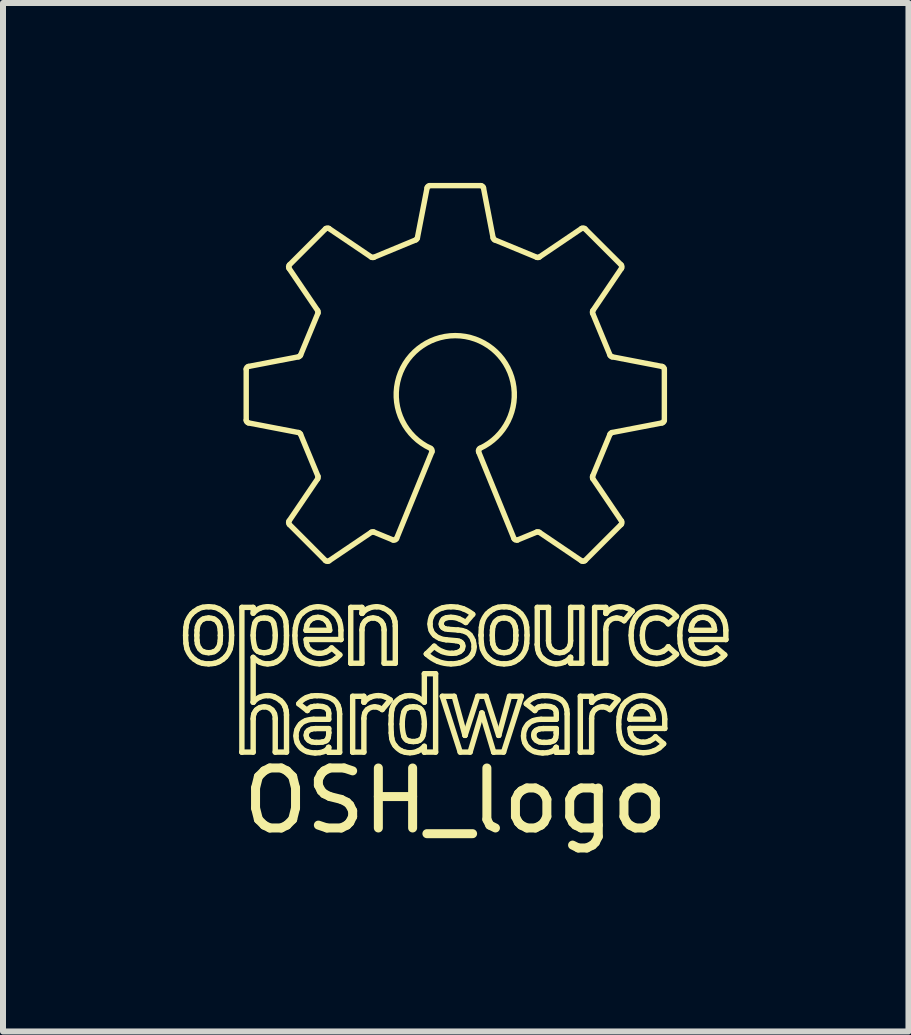
<source format=kicad_pcb>
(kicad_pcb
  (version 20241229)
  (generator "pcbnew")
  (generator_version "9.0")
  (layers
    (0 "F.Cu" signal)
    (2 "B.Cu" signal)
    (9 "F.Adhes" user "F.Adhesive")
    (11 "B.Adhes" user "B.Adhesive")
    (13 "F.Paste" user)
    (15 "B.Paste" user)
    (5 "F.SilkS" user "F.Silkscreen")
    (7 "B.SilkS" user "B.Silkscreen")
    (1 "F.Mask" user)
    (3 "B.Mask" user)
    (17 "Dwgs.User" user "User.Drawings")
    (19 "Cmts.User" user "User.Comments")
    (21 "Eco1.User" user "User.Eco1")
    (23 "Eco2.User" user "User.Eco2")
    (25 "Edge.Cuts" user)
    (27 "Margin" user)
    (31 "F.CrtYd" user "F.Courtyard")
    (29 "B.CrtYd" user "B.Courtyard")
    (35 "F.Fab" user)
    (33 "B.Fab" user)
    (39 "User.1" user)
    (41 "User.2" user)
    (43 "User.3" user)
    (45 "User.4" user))
  (footprint "OSH_logo"
    (layer "F.Cu")
    (at 4.544 3.442)
    (property "Reference" "OSH_logo" (at 0 6.858 0) (layer "F.SilkS") (effects (font (size 1 1) (thickness 0.15))))
    (attr through_hole)
    (fp_line (start -4.499 4.1) (end -4.499 4.1) (stroke (width 0.09) (type solid)) (layer "F.SilkS"))
    (fp_line (start -4.312 4.1) (end -4.309 4.187) (stroke (width 0.09) (type solid)) (layer "F.SilkS"))
    (fp_line (start -4.309 4.015) (end -4.312 4.1) (stroke (width 0.09) (type solid)) (layer "F.SilkS"))
    (fp_line (start -3.921 4.188) (end -3.919 4.102) (stroke (width 0.09) (type solid)) (layer "F.SilkS"))
    (fp_line (start -3.919 4.102) (end -3.921 4.015) (stroke (width 0.09) (type solid)) (layer "F.SilkS"))
    (fp_line (start -3.919 4.102) (end -3.919 4.102) (stroke (width 0.09) (type solid)) (layer "F.SilkS"))
    (fp_line (start -3.561 3.635) (end -3.373 3.635) (stroke (width 0.09) (type solid)) (layer "F.SilkS"))
    (fp_line (start -3.561 6.048) (end -3.561 3.635) (stroke (width 0.09) (type solid)) (layer "F.SilkS"))
    (fp_line (start -3.561 6.048) (end -3.561 6.048) (stroke (width 0.09) (type solid)) (layer "F.SilkS"))
    (fp_line (start -3.489 0.515) (end -3.489 -0.338) (stroke (width 0.09) (type solid)) (layer "F.SilkS"))
    (fp_line (start -3.452 -0.382) (end -2.616 -0.543) (stroke (width 0.09) (type solid)) (layer "F.SilkS"))
    (fp_line (start -3.373 3.635) (end -3.373 3.733) (stroke (width 0.09) (type solid)) (layer "F.SilkS"))
    (fp_line (start -3.373 4.468) (end -3.373 5.216) (stroke (width 0.09) (type solid)) (layer "F.SilkS"))
    (fp_line (start -3.373 5.216) (end -3.37 5.216) (stroke (width 0.09) (type solid)) (layer "F.SilkS"))
    (fp_line (start -3.373 5.493) (end -3.373 6.048) (stroke (width 0.09) (type solid)) (layer "F.SilkS"))
    (fp_line (start -3.373 6.048) (end -3.561 6.048) (stroke (width 0.09) (type solid)) (layer "F.SilkS"))
    (fp_line (start -3.19 4.39) (end -3.19 4.39) (stroke (width 0.09) (type solid)) (layer "F.SilkS"))
    (fp_line (start -3.005 6.048) (end -3.005 5.493) (stroke (width 0.09) (type solid)) (layer "F.SilkS"))
    (fp_line (start -2.821 3.956) (end -2.817 4.102) (stroke (width 0.09) (type solid)) (layer "F.SilkS"))
    (fp_line (start -2.817 5.429) (end -2.817 6.048) (stroke (width 0.09) (type solid)) (layer "F.SilkS"))
    (fp_line (start -2.817 6.048) (end -3.005 6.048) (stroke (width 0.09) (type solid)) (layer "F.SilkS"))
    (fp_line (start -2.817 4.102) (end -2.821 4.247) (stroke (width 0.09) (type solid)) (layer "F.SilkS"))
    (fp_line (start -2.775 2.195) (end -2.297 1.49) (stroke (width 0.09) (type solid)) (layer "F.SilkS"))
    (fp_line (start -2.769 -2.075) (end -2.167 -2.677) (stroke (width 0.09) (type solid)) (layer "F.SilkS"))
    (fp_line (start -2.616 0.72) (end -3.452 0.559) (stroke (width 0.09) (type solid)) (layer "F.SilkS"))
    (fp_line (start -2.583 -0.57) (end -2.293 -1.27) (stroke (width 0.09) (type solid)) (layer "F.SilkS"))
    (fp_line (start -2.49 4.017) (end -2.49 4.017) (stroke (width 0.09) (type solid)) (layer "F.SilkS"))
    (fp_line (start -2.49 4.017) (end -2.097 4.017) (stroke (width 0.09) (type solid)) (layer "F.SilkS"))
    (fp_line (start -2.47 5.355) (end -2.613 5.242) (stroke (width 0.09) (type solid)) (layer "F.SilkS"))
    (fp_line (start -2.365 5.501) (end -2.113 5.501) (stroke (width 0.09) (type solid)) (layer "F.SilkS"))
    (fp_line (start -2.297 -1.313) (end -2.775 -2.018) (stroke (width 0.09) (type solid)) (layer "F.SilkS"))
    (fp_line (start -2.293 1.447) (end -2.583 0.747) (stroke (width 0.09) (type solid)) (layer "F.SilkS"))
    (fp_line (start -2.167 2.855) (end -2.769 2.252) (stroke (width 0.09) (type solid)) (layer "F.SilkS"))
    (fp_line (start -2.113 5.501) (end -2.113 5.403) (stroke (width 0.09) (type solid)) (layer "F.SilkS"))
    (fp_line (start -2.113 5.656) (end -2.331 5.656) (stroke (width 0.09) (type solid)) (layer "F.SilkS"))
    (fp_line (start -2.113 5.724) (end -2.113 5.656) (stroke (width 0.09) (type solid)) (layer "F.SilkS"))
    (fp_line (start -2.113 5.724) (end -2.113 5.724) (stroke (width 0.09) (type solid)) (layer "F.SilkS"))
    (fp_line (start -2.113 5.969) (end -2.116 5.969) (stroke (width 0.09) (type solid)) (layer "F.SilkS"))
    (fp_line (start -2.113 6.051) (end -2.113 5.969) (stroke (width 0.09) (type solid)) (layer "F.SilkS"))
    (fp_line (start -2.113 6.051) (end -2.113 6.051) (stroke (width 0.09) (type solid)) (layer "F.SilkS"))
    (fp_line (start -2.11 -2.683) (end -1.404 -2.206) (stroke (width 0.09) (type solid)) (layer "F.SilkS"))
    (fp_line (start -2.064 4.311) (end -1.928 4.427) (stroke (width 0.09) (type solid)) (layer "F.SilkS"))
    (fp_line (start -1.931 5.414) (end -1.931 6.051) (stroke (width 0.09) (type solid)) (layer "F.SilkS"))
    (fp_line (start -1.931 6.051) (end -2.113 6.051) (stroke (width 0.09) (type solid)) (layer "F.SilkS"))
    (fp_line (start -1.91 4.017) (end -1.91 4.171) (stroke (width 0.09) (type solid)) (layer "F.SilkS"))
    (fp_line (start -1.91 4.171) (end -2.49 4.171) (stroke (width 0.09) (type solid)) (layer "F.SilkS"))
    (fp_line (start -1.91 4.171) (end -1.91 4.171) (stroke (width 0.09) (type solid)) (layer "F.SilkS"))
    (fp_line (start -1.746 3.635) (end -1.559 3.635) (stroke (width 0.09) (type solid)) (layer "F.SilkS"))
    (fp_line (start -1.746 4.566) (end -1.746 3.635) (stroke (width 0.09) (type solid)) (layer "F.SilkS"))
    (fp_line (start -1.746 4.566) (end -1.746 4.566) (stroke (width 0.09) (type solid)) (layer "F.SilkS"))
    (fp_line (start -1.714 5.117) (end -1.527 5.117) (stroke (width 0.09) (type solid)) (layer "F.SilkS"))
    (fp_line (start -1.714 6.048) (end -1.714 5.117) (stroke (width 0.09) (type solid)) (layer "F.SilkS"))
    (fp_line (start -1.714 6.048) (end -1.714 6.048) (stroke (width 0.09) (type solid)) (layer "F.SilkS"))
    (fp_line (start -1.559 3.635) (end -1.559 3.735) (stroke (width 0.09) (type solid)) (layer "F.SilkS"))
    (fp_line (start -1.559 3.735) (end -1.556 3.735) (stroke (width 0.09) (type solid)) (layer "F.SilkS"))
    (fp_line (start -1.559 4.012) (end -1.559 4.566) (stroke (width 0.09) (type solid)) (layer "F.SilkS"))
    (fp_line (start -1.559 4.566) (end -1.746 4.566) (stroke (width 0.09) (type solid)) (layer "F.SilkS"))
    (fp_line (start -1.527 5.117) (end -1.527 5.216) (stroke (width 0.09) (type solid)) (layer "F.SilkS"))
    (fp_line (start -1.527 5.216) (end -1.523 5.216) (stroke (width 0.09) (type solid)) (layer "F.SilkS"))
    (fp_line (start -1.527 5.488) (end -1.527 6.048) (stroke (width 0.09) (type solid)) (layer "F.SilkS"))
    (fp_line (start -1.527 6.048) (end -1.714 6.048) (stroke (width 0.09) (type solid)) (layer "F.SilkS"))
    (fp_line (start -1.404 2.383) (end -2.11 2.86) (stroke (width 0.09) (type solid)) (layer "F.SilkS"))
    (fp_line (start -1.362 -2.202) (end -0.662 -2.492) (stroke (width 0.09) (type solid)) (layer "F.SilkS"))
    (fp_line (start -1.19 4.566) (end -1.19 4.012) (stroke (width 0.09) (type solid)) (layer "F.SilkS"))
    (fp_line (start -1.087 5.178) (end -1.222 5.339) (stroke (width 0.09) (type solid)) (layer "F.SilkS"))
    (fp_line (start -1.075 5.581) (end -1.071 5.437) (stroke (width 0.09) (type solid)) (layer "F.SilkS"))
    (fp_line (start -1.071 5.727) (end -1.075 5.581) (stroke (width 0.09) (type solid)) (layer "F.SilkS"))
    (fp_line (start -1.041 2.511) (end -1.362 2.379) (stroke (width 0.09) (type solid)) (layer "F.SilkS"))
    (fp_line (start -1.003 3.947) (end -1.003 4.566) (stroke (width 0.09) (type solid)) (layer "F.SilkS"))
    (fp_line (start -1.003 4.566) (end -1.19 4.566) (stroke (width 0.09) (type solid)) (layer "F.SilkS"))
    (fp_line (start -0.702 5.293) (end -0.702 5.293) (stroke (width 0.09) (type solid)) (layer "F.SilkS"))
    (fp_line (start -0.635 -2.525) (end -0.473 -3.361) (stroke (width 0.09) (type solid)) (layer "F.SilkS"))
    (fp_line (start -0.519 4.741) (end -0.331 4.741) (stroke (width 0.09) (type solid)) (layer "F.SilkS"))
    (fp_line (start -0.519 5.216) (end -0.519 4.741) (stroke (width 0.09) (type solid)) (layer "F.SilkS"))
    (fp_line (start -0.519 6.048) (end -0.519 5.951) (stroke (width 0.09) (type solid)) (layer "F.SilkS"))
    (fp_line (start -0.519 6.048) (end -0.519 6.048) (stroke (width 0.09) (type solid)) (layer "F.SilkS"))
    (fp_line (start -0.485 4.411) (end -0.485 4.411) (stroke (width 0.09) (type solid)) (layer "F.SilkS"))
    (fp_line (start -0.485 4.411) (end -0.354 4.282) (stroke (width 0.09) (type solid)) (layer "F.SilkS"))
    (fp_line (start -0.429 -3.397) (end 0.423 -3.397) (stroke (width 0.09) (type solid)) (layer "F.SilkS"))
    (fp_line (start -0.392 1.041) (end -0.982 2.487) (stroke (width 0.09) (type solid)) (layer "F.SilkS"))
    (fp_line (start -0.331 4.741) (end -0.331 6.048) (stroke (width 0.09) (type solid)) (layer "F.SilkS"))
    (fp_line (start -0.331 6.048) (end -0.519 6.048) (stroke (width 0.09) (type solid)) (layer "F.SilkS"))
    (fp_line (start -0.219 5.117) (end -0.021 5.117) (stroke (width 0.09) (type solid)) (layer "F.SilkS"))
    (fp_line (start -0.113 4.001) (end 0.041 4.012) (stroke (width 0.09) (type solid)) (layer "F.SilkS"))
    (fp_line (start -0.021 5.117) (end 0.158 5.769) (stroke (width 0.09) (type solid)) (layer "F.SilkS"))
    (fp_line (start 0.009 4.19) (end -0.156 4.175) (stroke (width 0.09) (type solid)) (layer "F.SilkS"))
    (fp_line (start 0.079 6.048) (end -0.219 5.117) (stroke (width 0.09) (type solid)) (layer "F.SilkS"))
    (fp_line (start 0.158 5.769) (end 0.161 5.769) (stroke (width 0.09) (type solid)) (layer "F.SilkS"))
    (fp_line (start 0.161 5.769) (end 0.372 5.117) (stroke (width 0.09) (type solid)) (layer "F.SilkS"))
    (fp_line (start 0.244 6.048) (end 0.079 6.048) (stroke (width 0.09) (type solid)) (layer "F.SilkS"))
    (fp_line (start 0.288 3.751) (end 0.172 3.887) (stroke (width 0.09) (type solid)) (layer "F.SilkS"))
    (fp_line (start 0.372 5.117) (end 0.509 5.117) (stroke (width 0.09) (type solid)) (layer "F.SilkS"))
    (fp_line (start 0.427 4.1) (end 0.427 4.1) (stroke (width 0.09) (type solid)) (layer "F.SilkS"))
    (fp_line (start 0.438 5.396) (end 0.244 6.048) (stroke (width 0.09) (type solid)) (layer "F.SilkS"))
    (fp_line (start 0.442 5.396) (end 0.438 5.396) (stroke (width 0.09) (type solid)) (layer "F.SilkS"))
    (fp_line (start 0.467 -3.361) (end 0.628 -2.525) (stroke (width 0.09) (type solid)) (layer "F.SilkS"))
    (fp_line (start 0.509 5.117) (end 0.719 5.769) (stroke (width 0.09) (type solid)) (layer "F.SilkS"))
    (fp_line (start 0.614 4.1) (end 0.617 4.187) (stroke (width 0.09) (type solid)) (layer "F.SilkS"))
    (fp_line (start 0.617 4.015) (end 0.614 4.1) (stroke (width 0.09) (type solid)) (layer "F.SilkS"))
    (fp_line (start 0.637 6.048) (end 0.442 5.396) (stroke (width 0.09) (type solid)) (layer "F.SilkS"))
    (fp_line (start 0.637 6.048) (end 0.637 6.048) (stroke (width 0.09) (type solid)) (layer "F.SilkS"))
    (fp_line (start 0.655 -2.492) (end 1.356 -2.202) (stroke (width 0.09) (type solid)) (layer "F.SilkS"))
    (fp_line (start 0.719 5.769) (end 0.723 5.769) (stroke (width 0.09) (type solid)) (layer "F.SilkS"))
    (fp_line (start 0.723 5.769) (end 0.901 5.117) (stroke (width 0.09) (type solid)) (layer "F.SilkS"))
    (fp_line (start 0.802 6.048) (end 0.637 6.048) (stroke (width 0.09) (type solid)) (layer "F.SilkS"))
    (fp_line (start 0.901 5.117) (end 1.099 5.117) (stroke (width 0.09) (type solid)) (layer "F.SilkS"))
    (fp_line (start 0.976 2.487) (end 0.386 1.041) (stroke (width 0.09) (type solid)) (layer "F.SilkS"))
    (fp_line (start 1.004 4.188) (end 1.007 4.102) (stroke (width 0.09) (type solid)) (layer "F.SilkS"))
    (fp_line (start 1.007 4.102) (end 1.004 4.015) (stroke (width 0.09) (type solid)) (layer "F.SilkS"))
    (fp_line (start 1.007 4.102) (end 1.007 4.102) (stroke (width 0.09) (type solid)) (layer "F.SilkS"))
    (fp_line (start 1.099 5.117) (end 0.802 6.048) (stroke (width 0.09) (type solid)) (layer "F.SilkS"))
    (fp_line (start 1.324 5.355) (end 1.181 5.242) (stroke (width 0.09) (type solid)) (layer "F.SilkS"))
    (fp_line (start 1.356 2.379) (end 1.035 2.511) (stroke (width 0.09) (type solid)) (layer "F.SilkS"))
    (fp_line (start 1.364 3.635) (end 1.551 3.635) (stroke (width 0.09) (type solid)) (layer "F.SilkS"))
    (fp_line (start 1.364 4.254) (end 1.364 3.635) (stroke (width 0.09) (type solid)) (layer "F.SilkS"))
    (fp_line (start 1.364 4.254) (end 1.364 4.254) (stroke (width 0.09) (type solid)) (layer "F.SilkS"))
    (fp_line (start 1.398 -2.206) (end 2.103 -2.683) (stroke (width 0.09) (type solid)) (layer "F.SilkS"))
    (fp_line (start 1.429 5.501) (end 1.681 5.501) (stroke (width 0.09) (type solid)) (layer "F.SilkS"))
    (fp_line (start 1.551 3.635) (end 1.551 4.19) (stroke (width 0.09) (type solid)) (layer "F.SilkS"))
    (fp_line (start 1.681 5.501) (end 1.681 5.403) (stroke (width 0.09) (type solid)) (layer "F.SilkS"))
    (fp_line (start 1.681 5.656) (end 1.463 5.656) (stroke (width 0.09) (type solid)) (layer "F.SilkS"))
    (fp_line (start 1.681 5.724) (end 1.681 5.656) (stroke (width 0.09) (type solid)) (layer "F.SilkS"))
    (fp_line (start 1.681 5.724) (end 1.681 5.724) (stroke (width 0.09) (type solid)) (layer "F.SilkS"))
    (fp_line (start 1.681 5.969) (end 1.677 5.969) (stroke (width 0.09) (type solid)) (layer "F.SilkS"))
    (fp_line (start 1.681 6.051) (end 1.681 5.969) (stroke (width 0.09) (type solid)) (layer "F.SilkS"))
    (fp_line (start 1.681 6.051) (end 1.681 6.051) (stroke (width 0.09) (type solid)) (layer "F.SilkS"))
    (fp_line (start 1.862 5.414) (end 1.862 6.051) (stroke (width 0.09) (type solid)) (layer "F.SilkS"))
    (fp_line (start 1.862 6.051) (end 1.681 6.051) (stroke (width 0.09) (type solid)) (layer "F.SilkS"))
    (fp_line (start 1.92 3.635) (end 2.107 3.635) (stroke (width 0.09) (type solid)) (layer "F.SilkS"))
    (fp_line (start 1.92 4.19) (end 1.92 3.635) (stroke (width 0.09) (type solid)) (layer "F.SilkS"))
    (fp_line (start 1.92 4.468) (end 1.916 4.468) (stroke (width 0.09) (type solid)) (layer "F.SilkS"))
    (fp_line (start 1.92 4.566) (end 1.92 4.468) (stroke (width 0.09) (type solid)) (layer "F.SilkS"))
    (fp_line (start 2.082 5.117) (end 2.27 5.117) (stroke (width 0.09) (type solid)) (layer "F.SilkS"))
    (fp_line (start 2.082 6.048) (end 2.082 5.117) (stroke (width 0.09) (type solid)) (layer "F.SilkS"))
    (fp_line (start 2.082 6.048) (end 2.082 6.048) (stroke (width 0.09) (type solid)) (layer "F.SilkS"))
    (fp_line (start 2.103 2.86) (end 1.398 2.383) (stroke (width 0.09) (type solid)) (layer "F.SilkS"))
    (fp_line (start 2.107 3.635) (end 2.107 4.566) (stroke (width 0.09) (type solid)) (layer "F.SilkS"))
    (fp_line (start 2.107 4.566) (end 1.92 4.566) (stroke (width 0.09) (type solid)) (layer "F.SilkS"))
    (fp_line (start 2.16 -2.677) (end 2.763 -2.075) (stroke (width 0.09) (type solid)) (layer "F.SilkS"))
    (fp_line (start 2.27 5.117) (end 2.27 5.216) (stroke (width 0.09) (type solid)) (layer "F.SilkS"))
    (fp_line (start 2.27 5.216) (end 2.273 5.216) (stroke (width 0.09) (type solid)) (layer "F.SilkS"))
    (fp_line (start 2.27 5.488) (end 2.27 6.048) (stroke (width 0.09) (type solid)) (layer "F.SilkS"))
    (fp_line (start 2.27 6.048) (end 2.082 6.048) (stroke (width 0.09) (type solid)) (layer "F.SilkS"))
    (fp_line (start 2.287 -1.27) (end 2.577 -0.57) (stroke (width 0.09) (type solid)) (layer "F.SilkS"))
    (fp_line (start 2.291 1.49) (end 2.768 2.195) (stroke (width 0.09) (type solid)) (layer "F.SilkS"))
    (fp_line (start 2.32 3.635) (end 2.507 3.635) (stroke (width 0.09) (type solid)) (layer "F.SilkS"))
    (fp_line (start 2.32 4.566) (end 2.32 3.635) (stroke (width 0.09) (type solid)) (layer "F.SilkS"))
    (fp_line (start 2.32 4.566) (end 2.32 4.566) (stroke (width 0.09) (type solid)) (layer "F.SilkS"))
    (fp_line (start 2.507 3.635) (end 2.507 3.735) (stroke (width 0.09) (type solid)) (layer "F.SilkS"))
    (fp_line (start 2.507 3.735) (end 2.51 3.735) (stroke (width 0.09) (type solid)) (layer "F.SilkS"))
    (fp_line (start 2.507 4.007) (end 2.507 4.566) (stroke (width 0.09) (type solid)) (layer "F.SilkS"))
    (fp_line (start 2.507 4.566) (end 2.32 4.566) (stroke (width 0.09) (type solid)) (layer "F.SilkS"))
    (fp_line (start 2.577 0.747) (end 2.287 1.447) (stroke (width 0.09) (type solid)) (layer "F.SilkS"))
    (fp_line (start 2.61 -0.543) (end 3.446 -0.382) (stroke (width 0.09) (type solid)) (layer "F.SilkS"))
    (fp_line (start 2.71 5.178) (end 2.575 5.339) (stroke (width 0.09) (type solid)) (layer "F.SilkS"))
    (fp_line (start 2.763 2.252) (end 2.16 2.855) (stroke (width 0.09) (type solid)) (layer "F.SilkS"))
    (fp_line (start 2.768 -2.018) (end 2.291 -1.313) (stroke (width 0.09) (type solid)) (layer "F.SilkS"))
    (fp_line (start 2.909 5.499) (end 2.909 5.499) (stroke (width 0.09) (type solid)) (layer "F.SilkS"))
    (fp_line (start 2.909 5.499) (end 3.302 5.499) (stroke (width 0.09) (type solid)) (layer "F.SilkS"))
    (fp_line (start 2.947 3.696) (end 2.812 3.858) (stroke (width 0.09) (type solid)) (layer "F.SilkS"))
    (fp_line (start 3.335 5.793) (end 3.471 5.909) (stroke (width 0.09) (type solid)) (layer "F.SilkS"))
    (fp_line (start 3.446 0.559) (end 2.61 0.72) (stroke (width 0.09) (type solid)) (layer "F.SilkS"))
    (fp_line (start 3.483 -0.338) (end 3.483 0.515) (stroke (width 0.09) (type solid)) (layer "F.SilkS"))
    (fp_line (start 3.489 5.499) (end 3.489 5.653) (stroke (width 0.09) (type solid)) (layer "F.SilkS"))
    (fp_line (start 3.489 5.653) (end 2.909 5.653) (stroke (width 0.09) (type solid)) (layer "F.SilkS"))
    (fp_line (start 3.489 5.653) (end 3.489 5.653) (stroke (width 0.09) (type solid)) (layer "F.SilkS"))
    (fp_line (start 3.548 4.292) (end 3.548 4.292) (stroke (width 0.09) (type solid)) (layer "F.SilkS"))
    (fp_line (start 3.548 4.292) (end 3.686 4.416) (stroke (width 0.09) (type solid)) (layer "F.SilkS"))
    (fp_line (start 3.686 3.786) (end 3.548 3.909) (stroke (width 0.09) (type solid)) (layer "F.SilkS"))
    (fp_line (start 3.928 4.017) (end 3.928 4.017) (stroke (width 0.09) (type solid)) (layer "F.SilkS"))
    (fp_line (start 3.928 4.017) (end 4.321 4.017) (stroke (width 0.09) (type solid)) (layer "F.SilkS"))
    (fp_line (start 4.354 4.311) (end 4.49 4.427) (stroke (width 0.09) (type solid)) (layer "F.SilkS"))
    (fp_line (start 4.508 4.017) (end 4.508 4.171) (stroke (width 0.09) (type solid)) (layer "F.SilkS"))
    (fp_line (start 4.508 4.171) (end 3.928 4.171) (stroke (width 0.09) (type solid)) (layer "F.SilkS"))
    (fp_line (start 4.508 4.171) (end 4.508 4.171) (stroke (width 0.09) (type solid)) (layer "F.SilkS"))
    (fp_arc (start -4.499439 4.099556) (mid -4.498193 4.034146) (end -4.493575 3.968887) (stroke (width 0.09) (type solid)) (layer "F.SilkS"))
    (fp_arc (start -4.493576 3.968887) (mid -4.487092 3.922211) (end -4.475985 3.876414) (stroke (width 0.09) (type solid)) (layer "F.SilkS"))
    (fp_arc (start -4.493574 4.232481) (mid -4.498196 4.166093) (end -4.499438 4.099556) (stroke (width 0.09) (type solid)) (layer "F.SilkS"))
    (fp_arc (start -4.475985 3.876414) (mid -4.444548 3.80585) (end -4.398736 3.743649) (stroke (width 0.09) (type solid)) (layer "F.SilkS"))
    (fp_arc (start -4.475984 4.325709) (mid -4.487121 4.279537) (end -4.493575 4.232482) (stroke (width 0.09) (type solid)) (layer "F.SilkS"))
    (fp_arc (start -4.398736 3.743649) (mid -4.376843 3.721974) (end -4.353064 3.702387) (stroke (width 0.09) (type solid)) (layer "F.SilkS"))
    (fp_arc (start -4.398736 4.458474) (mid -4.444548 4.396273) (end -4.475985 4.325709) (stroke (width 0.09) (type solid)) (layer "F.SilkS"))
    (fp_arc (start -4.353064 3.702387) (mid -4.323514 3.681666) (end -4.292652 3.662956) (stroke (width 0.09) (type solid)) (layer "F.SilkS"))
    (fp_arc (start -4.353064 4.500165) (mid -4.376906 4.480422) (end -4.398736 4.458474) (stroke (width 0.09) (type solid)) (layer "F.SilkS"))
    (fp_arc (start -4.309437 4.014666) (mid -4.30694 3.986613) (end -4.302336 3.958828) (stroke (width 0.09) (type solid)) (layer "F.SilkS"))
    (fp_arc (start -4.302336 3.958829) (mid -4.288185 3.91765) (end -4.266186 3.880072) (stroke (width 0.09) (type solid)) (layer "F.SilkS"))
    (fp_arc (start -4.302335 4.243725) (mid -4.306952 4.215401) (end -4.309436 4.18681) (stroke (width 0.09) (type solid)) (layer "F.SilkS"))
    (fp_arc (start -4.292652 4.539166) (mid -4.323554 4.520744) (end -4.353064 4.500165) (stroke (width 0.09) (type solid)) (layer "F.SilkS"))
    (fp_arc (start -4.292651 3.662956) (mid -4.254665 3.645546) (end -4.214487 3.634069) (stroke (width 0.09) (type solid)) (layer "F.SilkS"))
    (fp_arc (start -4.266186 3.880072) (mid -4.238931 3.850196) (end -4.204644 3.828751) (stroke (width 0.09) (type solid)) (layer "F.SilkS"))
    (fp_arc (start -4.266186 4.322052) (mid -4.288301 4.284753) (end -4.302336 4.243725) (stroke (width 0.09) (type solid)) (layer "F.SilkS"))
    (fp_arc (start -4.214488 3.634069) (mid -4.165281 3.626614) (end -4.115559 3.62444) (stroke (width 0.09) (type solid)) (layer "F.SilkS"))
    (fp_arc (start -4.214488 4.56741) (mid -4.254624 4.556205) (end -4.292652 4.539167) (stroke (width 0.09) (type solid)) (layer "F.SilkS"))
    (fp_arc (start -4.204644 3.828751) (mid -4.161019 3.81542) (end -4.115559 3.811644) (stroke (width 0.09) (type solid)) (layer "F.SilkS"))
    (fp_arc (start -4.204644 4.373371) (mid -4.238931 4.351927) (end -4.266186 4.322051) (stroke (width 0.09) (type solid)) (layer "F.SilkS"))
    (fp_arc (start -4.115559 3.62444) (mid -4.066427 3.626625) (end -4.017814 3.634069) (stroke (width 0.09) (type solid)) (layer "F.SilkS"))
    (fp_arc (start -4.115559 3.811644) (mid -4.070422 3.81545) (end -4.027121 3.828751) (stroke (width 0.09) (type solid)) (layer "F.SilkS"))
    (fp_arc (start -4.115559 4.390478) (mid -4.161019 4.386702) (end -4.204644 4.373371) (stroke (width 0.09) (type solid)) (layer "F.SilkS"))
    (fp_arc (start -4.115558 4.576823) (mid -4.165268 4.574699) (end -4.214487 4.567409) (stroke (width 0.09) (type solid)) (layer "F.SilkS"))
    (fp_arc (start -4.027121 3.828751) (mid -3.992598 3.850256) (end -3.964934 3.880072) (stroke (width 0.09) (type solid)) (layer "F.SilkS"))
    (fp_arc (start -4.027121 4.373371) (mid -4.070422 4.386672) (end -4.115559 4.390478) (stroke (width 0.09) (type solid)) (layer "F.SilkS"))
    (fp_arc (start -4.017815 4.567409) (mid -4.066439 4.574688) (end -4.115559 4.576823) (stroke (width 0.09) (type solid)) (layer "F.SilkS"))
    (fp_arc (start -4.017814 3.634069) (mid -3.977704 3.645591) (end -3.939757 3.662956) (stroke (width 0.09) (type solid)) (layer "F.SilkS"))
    (fp_arc (start -3.964935 3.880072) (mid -3.943587 3.917868) (end -3.929214 3.958828) (stroke (width 0.09) (type solid)) (layer "F.SilkS"))
    (fp_arc (start -3.964935 4.322052) (mid -3.992599 4.351866) (end -4.027121 4.373371) (stroke (width 0.09) (type solid)) (layer "F.SilkS"))
    (fp_arc (start -3.939757 3.662956) (mid -3.908686 3.681668) (end -3.878915 3.702387) (stroke (width 0.09) (type solid)) (layer "F.SilkS"))
    (fp_arc (start -3.939757 4.539167) (mid -3.977746 4.55616) (end -4.017814 4.567409) (stroke (width 0.09) (type solid)) (layer "F.SilkS"))
    (fp_arc (start -3.929214 3.958828) (mid -3.924181 3.986856) (end -3.921469 4.015203) (stroke (width 0.09) (type solid)) (layer "F.SilkS"))
    (fp_arc (start -3.929214 4.244157) (mid -3.943514 4.284737) (end -3.964934 4.322051) (stroke (width 0.09) (type solid)) (layer "F.SilkS"))
    (fp_arc (start -3.921469 4.187887) (mid -3.924184 4.216181) (end -3.929214 4.244157) (stroke (width 0.09) (type solid)) (layer "F.SilkS"))
    (fp_arc (start -3.878915 4.500166) (mid -3.908646 4.520743) (end -3.939757 4.539167) (stroke (width 0.09) (type solid)) (layer "F.SilkS"))
    (fp_arc (start -3.878914 3.702387) (mid -3.854929 3.721974) (end -3.832813 3.743649) (stroke (width 0.09) (type solid)) (layer "F.SilkS"))
    (fp_arc (start -3.832814 3.743649) (mid -3.787063 3.805834) (end -3.755779 3.876414) (stroke (width 0.09) (type solid)) (layer "F.SilkS"))
    (fp_arc (start -3.832814 4.458474) (mid -3.854867 4.480422) (end -3.878915 4.500165) (stroke (width 0.09) (type solid)) (layer "F.SilkS"))
    (fp_arc (start -3.755778 3.876414) (mid -3.744772 3.922219) (end -3.738349 3.968887) (stroke (width 0.09) (type solid)) (layer "F.SilkS"))
    (fp_arc (start -3.755778 4.325708) (mid -3.787062 4.396288) (end -3.832813 4.458474) (stroke (width 0.09) (type solid)) (layer "F.SilkS"))
    (fp_arc (start -3.73835 3.968887) (mid -3.733775 4.034147) (end -3.732541 4.099556) (stroke (width 0.09) (type solid)) (layer "F.SilkS"))
    (fp_arc (start -3.73835 4.232482) (mid -3.744743 4.27953) (end -3.755779 4.325709) (stroke (width 0.09) (type solid)) (layer "F.SilkS"))
    (fp_arc (start -3.73254 4.099557) (mid -3.733769 4.166093) (end -3.738349 4.232482) (stroke (width 0.09) (type solid)) (layer "F.SilkS"))
    (fp_arc (start -3.488797 -0.337506) (mid -3.478501 -0.366154) (end -3.452322 -0.381692) (stroke (width 0.09) (type solid)) (layer "F.SilkS"))
    (fp_arc (start -3.452321 0.558803) (mid -3.4785 0.543266) (end -3.488797 0.514618) (stroke (width 0.09) (type solid)) (layer "F.SilkS"))
    (fp_arc (start -3.373408 3.732888) (mid -3.323175 3.686508) (end -3.264418 3.651551) (stroke (width 0.09) (type solid)) (layer "F.SilkS"))
    (fp_arc (start -3.373408 4.101707) (mid -3.367025 4.002918) (end -3.347372 3.905893) (stroke (width 0.09) (type solid)) (layer "F.SilkS"))
    (fp_arc (start -3.373402 5.493264) (mid -3.370452 5.450742) (end -3.360292 5.409346) (stroke (width 0.09) (type solid)) (layer "F.SilkS"))
    (fp_arc (start -3.369959 5.216115) (mid -3.322816 5.168515) (end -3.265709 5.133486) (stroke (width 0.09) (type solid)) (layer "F.SilkS"))
    (fp_arc (start -3.360293 5.409346) (mid -3.344124 5.37552) (end -3.320906 5.346082) (stroke (width 0.09) (type solid)) (layer "F.SilkS"))
    (fp_arc (start -3.347372 3.905894) (mid -3.328227 3.865297) (end -3.294922 3.835207) (stroke (width 0.09) (type solid)) (layer "F.SilkS"))
    (fp_arc (start -3.347372 4.296659) (mid -3.367026 4.200069) (end -3.373408 4.101707) (stroke (width 0.09) (type solid)) (layer "F.SilkS"))
    (fp_arc (start -3.320906 5.346083) (mid -3.293226 5.323136) (end -3.261413 5.306382) (stroke (width 0.09) (type solid)) (layer "F.SilkS"))
    (fp_arc (start -3.294922 4.367023) (mid -3.328203 4.337101) (end -3.347372 4.296659) (stroke (width 0.09) (type solid)) (layer "F.SilkS"))
    (fp_arc (start -3.294921 3.835208) (mid -3.272609 3.824533) (end -3.248886 3.817536) (stroke (width 0.09) (type solid)) (layer "F.SilkS"))
    (fp_arc (start -3.265709 5.133486) (mid -3.198172 5.11227) (end -3.127664 5.105943) (stroke (width 0.09) (type solid)) (layer "F.SilkS"))
    (fp_arc (start -3.264418 3.651551) (mid -3.200083 3.630932) (end -3.132837 3.62444) (stroke (width 0.09) (type solid)) (layer "F.SilkS"))
    (fp_arc (start -3.263451 4.547344) (mid -3.321414 4.511539) (end -3.373408 4.467512) (stroke (width 0.09) (type solid)) (layer "F.SilkS"))
    (fp_arc (start -3.261413 5.306381) (mid -3.225303 5.296251) (end -3.187928 5.293147) (stroke (width 0.09) (type solid)) (layer "F.SilkS"))
    (fp_arc (start -3.248887 4.384614) (mid -3.272605 4.377651) (end -3.294922 4.367023) (stroke (width 0.09) (type solid)) (layer "F.SilkS"))
    (fp_arc (start -3.248886 3.817535) (mid -3.219427 3.812964) (end -3.189644 3.811644) (stroke (width 0.09) (type solid)) (layer "F.SilkS"))
    (fp_arc (start -3.189644 3.811644) (mid -3.159765 3.812923) (end -3.130187 3.817348) (stroke (width 0.09) (type solid)) (layer "F.SilkS"))
    (fp_arc (start -3.189644 4.390478) (mid -3.219425 4.389164) (end -3.248886 4.384614) (stroke (width 0.09) (type solid)) (layer "F.SilkS"))
    (fp_arc (start -3.187928 5.293147) (mid -3.151355 5.296275) (end -3.116068 5.306382) (stroke (width 0.09) (type solid)) (layer "F.SilkS"))
    (fp_arc (start -3.132837 4.576823) (mid -3.199908 4.5699) (end -3.263451 4.547343) (stroke (width 0.09) (type solid)) (layer "F.SilkS"))
    (fp_arc (start -3.132836 3.62444) (mid -3.092914 3.626456) (end -3.053488 3.633045) (stroke (width 0.09) (type solid)) (layer "F.SilkS"))
    (fp_arc (start -3.130187 3.817348) (mid -3.106398 3.824107) (end -3.083937 3.834455) (stroke (width 0.09) (type solid)) (layer "F.SilkS"))
    (fp_arc (start -3.130187 4.384816) (mid -3.159767 4.38921) (end -3.189644 4.390478) (stroke (width 0.09) (type solid)) (layer "F.SilkS"))
    (fp_arc (start -3.127664 5.105943) (mid -3.073405 5.111191) (end -3.0211 5.126545) (stroke (width 0.09) (type solid)) (layer "F.SilkS"))
    (fp_arc (start -3.116069 5.306382) (mid -3.084548 5.323207) (end -3.057099 5.346082) (stroke (width 0.09) (type solid)) (layer "F.SilkS"))
    (fp_arc (start -3.083937 3.834455) (mid -3.050603 3.86334) (end -3.031057 3.90288) (stroke (width 0.09) (type solid)) (layer "F.SilkS"))
    (fp_arc (start -3.083937 4.36783) (mid -3.106407 4.378108) (end -3.130187 4.384816) (stroke (width 0.09) (type solid)) (layer "F.SilkS"))
    (fp_arc (start -3.057099 5.346083) (mid -3.033882 5.37552) (end -3.017713 5.409346) (stroke (width 0.09) (type solid)) (layer "F.SilkS"))
    (fp_arc (start -3.053489 4.568431) (mid -3.092927 4.574857) (end -3.132837 4.576823) (stroke (width 0.09) (type solid)) (layer "F.SilkS"))
    (fp_arc (start -3.053488 3.633045) (mid -3.018775 3.64359) (end -2.98587 3.658869) (stroke (width 0.09) (type solid)) (layer "F.SilkS"))
    (fp_arc (start -3.031057 3.90288) (mid -3.010781 4.001356) (end -3.004591 4.101707) (stroke (width 0.09) (type solid)) (layer "F.SilkS"))
    (fp_arc (start -3.031057 4.299887) (mid -3.05064 4.339196) (end -3.083937 4.36783) (stroke (width 0.09) (type solid)) (layer "F.SilkS"))
    (fp_arc (start -3.0211 5.126546) (mid -2.967302 5.153454) (end -2.91831 5.188355) (stroke (width 0.09) (type solid)) (layer "F.SilkS"))
    (fp_arc (start -3.017712 5.409346) (mid -3.007551 5.450742) (end -3.004602 5.493264) (stroke (width 0.09) (type solid)) (layer "F.SilkS"))
    (fp_arc (start -3.004591 4.101707) (mid -3.010758 4.201741) (end -3.031057 4.299887) (stroke (width 0.09) (type solid)) (layer "F.SilkS"))
    (fp_arc (start -2.98587 3.658868) (mid -2.930365 3.696921) (end -2.883658 3.74537) (stroke (width 0.09) (type solid)) (layer "F.SilkS"))
    (fp_arc (start -2.98587 4.543255) (mid -3.018814 4.558166) (end -3.053488 4.568431) (stroke (width 0.09) (type solid)) (layer "F.SilkS"))
    (fp_arc (start -2.91831 5.188354) (mid -2.874155 5.234287) (end -2.842622 5.289652) (stroke (width 0.09) (type solid)) (layer "F.SilkS"))
    (fp_arc (start -2.883658 3.74537) (mid -2.850683 3.800883) (end -2.831156 3.862428) (stroke (width 0.09) (type solid)) (layer "F.SilkS"))
    (fp_arc (start -2.883658 4.456753) (mid -2.930153 4.505452) (end -2.98587 4.543255) (stroke (width 0.09) (type solid)) (layer "F.SilkS"))
    (fp_arc (start -2.842622 5.289652) (mid -2.83139 5.321539) (end -2.8237 5.354461) (stroke (width 0.09) (type solid)) (layer "F.SilkS"))
    (fp_arc (start -2.831156 3.862428) (mid -2.824386 3.908836) (end -2.820827 3.9556) (stroke (width 0.09) (type solid)) (layer "F.SilkS"))
    (fp_arc (start -2.831156 4.340126) (mid -2.850564 4.40152) (end -2.883658 4.456753) (stroke (width 0.09) (type solid)) (layer "F.SilkS"))
    (fp_arc (start -2.8237 5.354461) (mid -2.81888 5.391444) (end -2.817393 5.428711) (stroke (width 0.09) (type solid)) (layer "F.SilkS"))
    (fp_arc (start -2.820827 4.246953) (mid -2.824399 4.293716) (end -2.831156 4.340126) (stroke (width 0.09) (type solid)) (layer "F.SilkS"))
    (fp_arc (start -2.774578 -2.017912) (mid -2.782102 -2.047409) (end -2.769126 -2.074947) (stroke (width 0.09) (type solid)) (layer "F.SilkS"))
    (fp_arc (start -2.769127 2.252057) (mid -2.782102 2.224519) (end -2.774578 2.195022) (stroke (width 0.09) (type solid)) (layer "F.SilkS"))
    (fp_arc (start -2.676899 4.104289) (mid -2.675116 4.041415) (end -2.669137 3.9788) (stroke (width 0.09) (type solid)) (layer "F.SilkS"))
    (fp_arc (start -2.669137 3.978799) (mid -2.659907 3.92602) (end -2.645858 3.874315) (stroke (width 0.09) (type solid)) (layer "F.SilkS"))
    (fp_arc (start -2.668492 4.235668) (mid -2.674986 4.170125) (end -2.676898 4.104288) (stroke (width 0.09) (type solid)) (layer "F.SilkS"))
    (fp_arc (start -2.658694 5.777733) (mid -2.6543 5.723245) (end -2.640075 5.670464) (stroke (width 0.09) (type solid)) (layer "F.SilkS"))
    (fp_arc (start -2.645858 3.874315) (mid -2.62906 3.831369) (end -2.607058 3.790841) (stroke (width 0.09) (type solid)) (layer "F.SilkS"))
    (fp_arc (start -2.643277 4.342761) (mid -2.658558 4.289844) (end -2.668492 4.235668) (stroke (width 0.09) (type solid)) (layer "F.SilkS"))
    (fp_arc (start -2.640075 5.670464) (mid -2.616546 5.623426) (end -2.584245 5.581919) (stroke (width 0.09) (type solid)) (layer "F.SilkS"))
    (fp_arc (start -2.637183 5.889518) (mid -2.653635 5.834722) (end -2.658694 5.777733) (stroke (width 0.09) (type solid)) (layer "F.SilkS"))
    (fp_arc (start -2.616272 0.720099) (mid -2.596349 0.729417) (end -2.583222 0.747064) (stroke (width 0.09) (type solid)) (layer "F.SilkS"))
    (fp_arc (start -2.613083 5.242366) (mid -2.555592 5.182296) (end -2.484622 5.138973) (stroke (width 0.09) (type solid)) (layer "F.SilkS"))
    (fp_arc (start -2.607057 3.790841) (mid -2.582304 3.757514) (end -2.55274 3.728371) (stroke (width 0.09) (type solid)) (layer "F.SilkS"))
    (fp_arc (start -2.601249 4.425566) (mid -2.625163 4.385636) (end -2.643277 4.342762) (stroke (width 0.09) (type solid)) (layer "F.SilkS"))
    (fp_arc (start -2.584245 5.581919) (mid -2.541821 5.546738) (end -2.492362 5.522421) (stroke (width 0.09) (type solid)) (layer "F.SilkS"))
    (fp_arc (start -2.583222 -0.569953) (mid -2.596349 -0.552306) (end -2.616272 -0.542988) (stroke (width 0.09) (type solid)) (layer "F.SilkS"))
    (fp_arc (start -2.572622 5.979571) (mid -2.609744 5.938015) (end -2.637183 5.889518) (stroke (width 0.09) (type solid)) (layer "F.SilkS"))
    (fp_arc (start -2.552741 3.72837) (mid -2.49233 3.684352) (end -2.425729 3.650421) (stroke (width 0.09) (type solid)) (layer "F.SilkS"))
    (fp_arc (start -2.542412 4.484081) (mid -2.574394 4.457401) (end -2.601249 4.425565) (stroke (width 0.09) (type solid)) (layer "F.SilkS"))
    (fp_arc (start -2.492362 5.52242) (mid -2.42945 5.50651) (end -2.364755 5.501441) (stroke (width 0.09) (type solid)) (layer "F.SilkS"))
    (fp_arc (start -2.489692 4.017357) (mid -2.485365 3.970374) (end -2.473662 3.924667) (stroke (width 0.09) (type solid)) (layer "F.SilkS"))
    (fp_arc (start -2.488285 5.768693) (mid -2.486511 5.744304) (end -2.479251 5.720953) (stroke (width 0.09) (type solid)) (layer "F.SilkS"))
    (fp_arc (start -2.484623 5.138973) (mid -2.444137 5.124017) (end -2.402159 5.113983) (stroke (width 0.09) (type solid)) (layer "F.SilkS"))
    (fp_arc (start -2.479251 5.720953) (mid -2.466891 5.701645) (end -2.449973 5.686175) (stroke (width 0.09) (type solid)) (layer "F.SilkS"))
    (fp_arc (start -2.478068 5.812161) (mid -2.485766 5.791036) (end -2.488286 5.768693) (stroke (width 0.09) (type solid)) (layer "F.SilkS"))
    (fp_arc (start -2.475037 6.039498) (mid -2.52722 6.015055) (end -2.572622 5.979571) (stroke (width 0.09) (type solid)) (layer "F.SilkS"))
    (fp_arc (start -2.474092 4.271967) (mid -2.486259 4.222373) (end -2.489692 4.171424) (stroke (width 0.09) (type solid)) (layer "F.SilkS"))
    (fp_arc (start -2.473661 3.924666) (mid -2.456361 3.888333) (end -2.431592 3.856616) (stroke (width 0.09) (type solid)) (layer "F.SilkS"))
    (fp_arc (start -2.469777 5.355119) (mid -2.442787 5.320736) (end -2.40607 5.29702) (stroke (width 0.09) (type solid)) (layer "F.SilkS"))
    (fp_arc (start -2.449973 5.686175) (mid -2.426239 5.672969) (end -2.400479 5.664361) (stroke (width 0.09) (type solid)) (layer "F.SilkS"))
    (fp_arc (start -2.447384 5.849602) (mid -2.464627 5.832441) (end -2.478067 5.812162) (stroke (width 0.09) (type solid)) (layer "F.SilkS"))
    (fp_arc (start -2.431592 3.856616) (mid -2.402664 3.832496) (end -2.369406 3.81482) (stroke (width 0.09) (type solid)) (layer "F.SilkS"))
    (fp_arc (start -2.42729 4.343784) (mid -2.455072 4.310731) (end -2.474091 4.271967) (stroke (width 0.09) (type solid)) (layer "F.SilkS"))
    (fp_arc (start -2.425729 3.650421) (mid -2.360625 3.63104) (end -2.293018 3.62444) (stroke (width 0.09) (type solid)) (layer "F.SilkS"))
    (fp_arc (start -2.406069 5.29702) (mid -2.382122 5.290371) (end -2.357649 5.286047) (stroke (width 0.09) (type solid)) (layer "F.SilkS"))
    (fp_arc (start -2.405719 4.553638) (mid -2.476524 4.52369) (end -2.542412 4.484081) (stroke (width 0.09) (type solid)) (layer "F.SilkS"))
    (fp_arc (start -2.402158 5.113983) (mid -2.355016 5.108063) (end -2.307521 5.106803) (stroke (width 0.09) (type solid)) (layer "F.SilkS"))
    (fp_arc (start -2.400478 5.66436) (mid -2.365866 5.658017) (end -2.330767 5.655511) (stroke (width 0.09) (type solid)) (layer "F.SilkS"))
    (fp_arc (start -2.394997 5.877037) (mid -2.422825 5.86644) (end -2.447384 5.849602) (stroke (width 0.09) (type solid)) (layer "F.SilkS"))
    (fp_arc (start -2.369406 3.81482) (mid -2.331885 3.804166) (end -2.293018 3.800886) (stroke (width 0.09) (type solid)) (layer "F.SilkS"))
    (fp_arc (start -2.357649 5.286047) (mid -2.32813 5.283223) (end -2.298487 5.282389) (stroke (width 0.09) (type solid)) (layer "F.SilkS"))
    (fp_arc (start -2.356281 4.386873) (mid -2.393957 4.368907) (end -2.42729 4.343784) (stroke (width 0.09) (type solid)) (layer "F.SilkS"))
    (fp_arc (start -2.339801 6.061769) (mid -2.408301 6.055988) (end -2.475037 6.039498) (stroke (width 0.09) (type solid)) (layer "F.SilkS"))
    (fp_arc (start -2.316996 5.886182) (mid -2.356306 5.884249) (end -2.394998 5.877037) (stroke (width 0.09) (type solid)) (layer "F.SilkS"))
    (fp_arc (start -2.307521 5.106802) (mid -2.230533 5.109912) (end -2.15452 5.12251) (stroke (width 0.09) (type solid)) (layer "F.SilkS"))
    (fp_arc (start -2.298487 5.282389) (mid -2.257485 5.283298) (end -2.216822 5.28863) (stroke (width 0.09) (type solid)) (layer "F.SilkS"))
    (fp_arc (start -2.297456 -1.312681) (mid -2.289957 -1.292005) (end -2.293152 -1.270245) (stroke (width 0.09) (type solid)) (layer "F.SilkS"))
    (fp_arc (start -2.293152 1.447356) (mid -2.289956 1.469116) (end -2.297455 1.489792) (stroke (width 0.09) (type solid)) (layer "F.SilkS"))
    (fp_arc (start -2.293018 3.62444) (mid -2.219933 3.630873) (end -2.149384 3.651014) (stroke (width 0.09) (type solid)) (layer "F.SilkS"))
    (fp_arc (start -2.293018 3.800886) (mid -2.254654 3.804177) (end -2.21765 3.81482) (stroke (width 0.09) (type solid)) (layer "F.SilkS"))
    (fp_arc (start -2.268057 4.401237) (mid -2.312795 4.397899) (end -2.356282 4.386873) (stroke (width 0.09) (type solid)) (layer "F.SilkS"))
    (fp_arc (start -2.264614 4.576824) (mid -2.336108 4.570964) (end -2.405719 4.553638) (stroke (width 0.09) (type solid)) (layer "F.SilkS"))
    (fp_arc (start -2.258467 6.055958) (mid -2.29902 6.060465) (end -2.339801 6.061768) (stroke (width 0.09) (type solid)) (layer "F.SilkS"))
    (fp_arc (start -2.219411 5.88005) (mid -2.268063 5.885352) (end -2.316996 5.886183) (stroke (width 0.09) (type solid)) (layer "F.SilkS"))
    (fp_arc (start -2.21765 3.814819) (mid -2.184644 3.832536) (end -2.155948 3.856616) (stroke (width 0.09) (type solid)) (layer "F.SilkS"))
    (fp_arc (start -2.216822 5.28863) (mid -2.186686 5.296986) (end -2.158624 5.310791) (stroke (width 0.09) (type solid)) (layer "F.SilkS"))
    (fp_arc (start -2.194347 6.038529) (mid -2.22589 6.049146) (end -2.258467 6.055959) (stroke (width 0.09) (type solid)) (layer "F.SilkS"))
    (fp_arc (start -2.166583 -2.67749) (mid -2.139045 -2.690466) (end -2.109547 -2.682942) (stroke (width 0.09) (type solid)) (layer "F.SilkS"))
    (fp_arc (start -2.159068 4.378751) (mid -2.21238 4.395722) (end -2.268056 4.401237) (stroke (width 0.09) (type solid)) (layer "F.SilkS"))
    (fp_arc (start -2.158624 5.310792) (mid -2.138652 5.327471) (end -2.123865 5.348881) (stroke (width 0.09) (type solid)) (layer "F.SilkS"))
    (fp_arc (start -2.155948 3.856617) (mid -2.13117 3.888369) (end -2.113719 3.924667) (stroke (width 0.09) (type solid)) (layer "F.SilkS"))
    (fp_arc (start -2.155622 5.858209) (mid -2.186462 5.872211) (end -2.219411 5.88005) (stroke (width 0.09) (type solid)) (layer "F.SilkS"))
    (fp_arc (start -2.154519 5.122511) (mid -2.092411 5.142607) (end -2.03468 5.173077) (stroke (width 0.09) (type solid)) (layer "F.SilkS"))
    (fp_arc (start -2.149384 3.651014) (mid -2.083429 3.685075) (end -2.024904 3.730737) (stroke (width 0.09) (type solid)) (layer "F.SilkS"))
    (fp_arc (start -2.136783 5.838843) (mid -2.145265 5.849438) (end -2.155622 5.858209) (stroke (width 0.09) (type solid)) (layer "F.SilkS"))
    (fp_arc (start -2.123864 5.348881) (mid -2.115002 5.375213) (end -2.112572 5.40289) (stroke (width 0.09) (type solid)) (layer "F.SilkS"))
    (fp_arc (start -2.123341 5.810008) (mid -2.129053 5.824895) (end -2.136782 5.838843) (stroke (width 0.09) (type solid)) (layer "F.SilkS"))
    (fp_arc (start -2.116455 5.968812) (mid -2.149167 6.010636) (end -2.194347 6.03853) (stroke (width 0.09) (type solid)) (layer "F.SilkS"))
    (fp_arc (start -2.11372 3.924667) (mid -2.101635 3.970352) (end -2.096775 4.017357) (stroke (width 0.09) (type solid)) (layer "F.SilkS"))
    (fp_arc (start -2.112572 5.723936) (mid -2.114693 5.76738) (end -2.123341 5.810008) (stroke (width 0.09) (type solid)) (layer "F.SilkS"))
    (fp_arc (start -2.109547 2.860053) (mid -2.139045 2.867577) (end -2.166583 2.854601) (stroke (width 0.09) (type solid)) (layer "F.SilkS"))
    (fp_arc (start -2.083862 4.542394) (mid -2.172588 4.56827) (end -2.264613 4.576823) (stroke (width 0.09) (type solid)) (layer "F.SilkS"))
    (fp_arc (start -2.063638 4.31129) (mid -2.108136 4.349572) (end -2.159069 4.37875) (stroke (width 0.09) (type solid)) (layer "F.SilkS"))
    (fp_arc (start -2.03468 5.173077) (mid -1.989696 5.215483) (end -1.958276 5.268725) (stroke (width 0.09) (type solid)) (layer "F.SilkS"))
    (fp_arc (start -2.024904 3.730737) (mid -1.974788 3.788288) (end -1.938725 3.855542) (stroke (width 0.09) (type solid)) (layer "F.SilkS"))
    (fp_arc (start -2.001666 4.496345) (mid -2.041268 4.522039) (end -2.083862 4.542394) (stroke (width 0.09) (type solid)) (layer "F.SilkS"))
    (fp_arc (start -1.958277 5.268725) (mid -1.946629 5.30133) (end -1.938666 5.335026) (stroke (width 0.09) (type solid)) (layer "F.SilkS"))
    (fp_arc (start -1.938724 3.855542) (mid -1.91659 3.93507) (end -1.909997 4.017357) (stroke (width 0.09) (type solid)) (layer "F.SilkS"))
    (fp_arc (start -1.938665 5.335027) (mid -1.933353 5.374182) (end -1.931394 5.413648) (stroke (width 0.09) (type solid)) (layer "F.SilkS"))
    (fp_arc (start -1.928074 4.427058) (mid -1.962914 4.46378) (end -2.001666 4.496346) (stroke (width 0.09) (type solid)) (layer "F.SilkS"))
    (fp_arc (start -1.559089 4.01176) (mid -1.556139 3.969238) (end -1.545979 3.927842) (stroke (width 0.09) (type solid)) (layer "F.SilkS"))
    (fp_arc (start -1.555646 3.734612) (mid -1.508503 3.687012) (end -1.451396 3.651983) (stroke (width 0.09) (type solid)) (layer "F.SilkS"))
    (fp_arc (start -1.54598 3.927843) (mid -1.529811 3.894017) (end -1.506593 3.864579) (stroke (width 0.09) (type solid)) (layer "F.SilkS"))
    (fp_arc (start -1.526891 5.488102) (mid -1.523866 5.443278) (end -1.512872 5.399717) (stroke (width 0.09) (type solid)) (layer "F.SilkS"))
    (fp_arc (start -1.523449 5.216115) (mid -1.476306 5.168515) (end -1.419199 5.133486) (stroke (width 0.09) (type solid)) (layer "F.SilkS"))
    (fp_arc (start -1.512873 5.399716) (mid -1.495812 5.366762) (end -1.470732 5.339411) (stroke (width 0.09) (type solid)) (layer "F.SilkS"))
    (fp_arc (start -1.506593 3.86458) (mid -1.478913 3.841633) (end -1.4471 3.824879) (stroke (width 0.09) (type solid)) (layer "F.SilkS"))
    (fp_arc (start -1.470732 5.339411) (mid -1.412371 5.305071) (end -1.345714 5.293147) (stroke (width 0.09) (type solid)) (layer "F.SilkS"))
    (fp_arc (start -1.451396 3.651983) (mid -1.383859 3.630767) (end -1.313351 3.62444) (stroke (width 0.09) (type solid)) (layer "F.SilkS"))
    (fp_arc (start -1.4471 3.824878) (mid -1.41099 3.814748) (end -1.373615 3.811644) (stroke (width 0.09) (type solid)) (layer "F.SilkS"))
    (fp_arc (start -1.419198 5.133486) (mid -1.351661 5.11227) (end -1.281153 5.105943) (stroke (width 0.09) (type solid)) (layer "F.SilkS"))
    (fp_arc (start -1.404317 2.38293) (mid -1.383641 2.375431) (end -1.361881 2.378627) (stroke (width 0.09) (type solid)) (layer "F.SilkS"))
    (fp_arc (start -1.373615 3.811644) (mid -1.337042 3.814772) (end -1.301755 3.824879) (stroke (width 0.09) (type solid)) (layer "F.SilkS"))
    (fp_arc (start -1.361882 -2.201516) (mid -1.383642 -2.19832) (end -1.404318 -2.205819) (stroke (width 0.09) (type solid)) (layer "F.SilkS"))
    (fp_arc (start -1.345714 5.293147) (mid -1.314004 5.296101) (end -1.283329 5.30466) (stroke (width 0.09) (type solid)) (layer "F.SilkS"))
    (fp_arc (start -1.313351 3.62444) (mid -1.259092 3.629688) (end -1.206787 3.645042) (stroke (width 0.09) (type solid)) (layer "F.SilkS"))
    (fp_arc (start -1.301756 3.824879) (mid -1.270235 3.841704) (end -1.242786 3.864579) (stroke (width 0.09) (type solid)) (layer "F.SilkS"))
    (fp_arc (start -1.28333 5.30466) (mid -1.251295 5.31969) (end -1.221771 5.339196) (stroke (width 0.09) (type solid)) (layer "F.SilkS"))
    (fp_arc (start -1.281154 5.105944) (mid -1.230443 5.110465) (end -1.181338 5.12391) (stroke (width 0.09) (type solid)) (layer "F.SilkS"))
    (fp_arc (start -1.242787 3.864579) (mid -1.21957 3.894016) (end -1.2034 3.927842) (stroke (width 0.09) (type solid)) (layer "F.SilkS"))
    (fp_arc (start -1.206787 3.645042) (mid -1.152989 3.67195) (end -1.103997 3.706851) (stroke (width 0.09) (type solid)) (layer "F.SilkS"))
    (fp_arc (start -1.203399 3.927842) (mid -1.193238 3.969238) (end -1.190289 4.01176) (stroke (width 0.09) (type solid)) (layer "F.SilkS"))
    (fp_arc (start -1.181338 5.123909) (mid -1.1319 5.147186) (end -1.086645 5.177811) (stroke (width 0.09) (type solid)) (layer "F.SilkS"))
    (fp_arc (start -1.103997 3.706852) (mid -1.059842 3.752785) (end -1.028309 3.808149) (stroke (width 0.09) (type solid)) (layer "F.SilkS"))
    (fp_arc (start -1.071313 5.436566) (mid -1.067859 5.390082) (end -1.061315 5.343931) (stroke (width 0.09) (type solid)) (layer "F.SilkS"))
    (fp_arc (start -1.061315 5.343931) (mid -1.041831 5.282243) (end -1.008377 5.226873) (stroke (width 0.09) (type solid)) (layer "F.SilkS"))
    (fp_arc (start -1.061315 5.821199) (mid -1.067859 5.774454) (end -1.071313 5.727379) (stroke (width 0.09) (type solid)) (layer "F.SilkS"))
    (fp_arc (start -1.028309 3.808149) (mid -1.017077 3.840036) (end -1.009387 3.872958) (stroke (width 0.09) (type solid)) (layer "F.SilkS"))
    (fp_arc (start -1.009387 3.872958) (mid -1.004567 3.909941) (end -1.00308 3.947208) (stroke (width 0.09) (type solid)) (layer "F.SilkS"))
    (fp_arc (start -1.008378 5.938256) (mid -1.041995 5.88296) (end -1.061315 5.821198) (stroke (width 0.09) (type solid)) (layer "F.SilkS"))
    (fp_arc (start -1.008377 5.226873) (mid -0.962398 5.178255) (end -0.907239 5.140372) (stroke (width 0.09) (type solid)) (layer "F.SilkS"))
    (fp_arc (start -0.982329 2.486888) (mid -1.006665 2.511409) (end -1.041212 2.511452) (stroke (width 0.09) (type solid)) (layer "F.SilkS"))
    (fp_arc (start -0.907239 5.140372) (mid -0.874142 5.125079) (end -0.839236 5.114548) (stroke (width 0.09) (type solid)) (layer "F.SilkS"))
    (fp_arc (start -0.907239 6.024758) (mid -0.96261 5.987122) (end -1.008377 5.938256) (stroke (width 0.09) (type solid)) (layer "F.SilkS"))
    (fp_arc (start -0.887436 5.581059) (mid -0.88124 5.481455) (end -0.860967 5.383739) (stroke (width 0.09) (type solid)) (layer "F.SilkS"))
    (fp_arc (start -0.860967 5.383739) (mid -0.841353 5.344413) (end -0.808002 5.315796) (stroke (width 0.09) (type solid)) (layer "F.SilkS"))
    (fp_arc (start -0.860967 5.781391) (mid -0.881337 5.682168) (end -0.887436 5.58106) (stroke (width 0.09) (type solid)) (layer "F.SilkS"))
    (fp_arc (start -0.839236 5.114547) (mid -0.799462 5.107955) (end -0.759196 5.105943) (stroke (width 0.09) (type solid)) (layer "F.SilkS"))
    (fp_arc (start -0.839235 6.049934) (mid -0.874102 6.039683) (end -0.907239 6.024758) (stroke (width 0.09) (type solid)) (layer "F.SilkS"))
    (fp_arc (start -0.808002 5.315796) (mid -0.785465 5.305517) (end -0.76162 5.29881) (stroke (width 0.09) (type solid)) (layer "F.SilkS"))
    (fp_arc (start -0.808002 5.849334) (mid -0.841354 5.820717) (end -0.860967 5.781391) (stroke (width 0.09) (type solid)) (layer "F.SilkS"))
    (fp_arc (start -0.76162 5.29881) (mid -0.731939 5.294415) (end -0.701962 5.293147) (stroke (width 0.09) (type solid)) (layer "F.SilkS"))
    (fp_arc (start -0.76162 5.866319) (mid -0.785465 5.859613) (end -0.808002 5.849333) (stroke (width 0.09) (type solid)) (layer "F.SilkS"))
    (fp_arc (start -0.759196 5.105943) (mid -0.692235 5.113223) (end -0.629028 5.136497) (stroke (width 0.09) (type solid)) (layer "F.SilkS"))
    (fp_arc (start -0.759196 6.058326) (mid -0.79945 6.056363) (end -0.839236 6.049934) (stroke (width 0.09) (type solid)) (layer "F.SilkS"))
    (fp_arc (start -0.701962 5.293148) (mid -0.672452 5.294471) (end -0.643268 5.299039) (stroke (width 0.09) (type solid)) (layer "F.SilkS"))
    (fp_arc (start -0.701962 5.871981) (mid -0.731939 5.870713) (end -0.76162 5.866319) (stroke (width 0.09) (type solid)) (layer "F.SilkS"))
    (fp_arc (start -0.643268 5.866091) (mid -0.672452 5.870659) (end -0.701962 5.871981) (stroke (width 0.09) (type solid)) (layer "F.SilkS"))
    (fp_arc (start -0.643267 5.299038) (mid -0.619699 5.306043) (end -0.597546 5.31671) (stroke (width 0.09) (type solid)) (layer "F.SilkS"))
    (fp_arc (start -0.634624 -2.524636) (mid -0.643942 -2.504713) (end -0.661589 -2.491586) (stroke (width 0.09) (type solid)) (layer "F.SilkS"))
    (fp_arc (start -0.629028 5.136497) (mid -0.571102 5.172521) (end -0.518636 5.216115) (stroke (width 0.09) (type solid)) (layer "F.SilkS"))
    (fp_arc (start -0.627844 6.031428) (mid -0.692087 6.051877) (end -0.759196 6.058326) (stroke (width 0.09) (type solid)) (layer "F.SilkS"))
    (fp_arc (start -0.597547 5.848419) (mid -0.6197 5.859085) (end -0.643268 5.86609) (stroke (width 0.09) (type solid)) (layer "F.SilkS"))
    (fp_arc (start -0.597546 5.316711) (mid -0.564315 5.346853) (end -0.545105 5.387397) (stroke (width 0.09) (type solid)) (layer "F.SilkS"))
    (fp_arc (start -0.545105 5.387397) (mid -0.525202 5.483317) (end -0.518636 5.58106) (stroke (width 0.09) (type solid)) (layer "F.SilkS"))
    (fp_arc (start -0.545104 5.777733) (mid -0.564314 5.818277) (end -0.597546 5.848419) (stroke (width 0.09) (type solid)) (layer "F.SilkS"))
    (fp_arc (start -0.518636 5.58106) (mid -0.5251 5.680308) (end -0.545105 5.777733) (stroke (width 0.09) (type solid)) (layer "F.SilkS"))
    (fp_arc (start -0.518636 5.950737) (mid -0.569045 5.996761) (end -0.627844 6.031429) (stroke (width 0.09) (type solid)) (layer "F.SilkS"))
    (fp_arc (start -0.473328 -3.360685) (mid -0.457791 -3.386864) (end -0.429143 -3.397161) (stroke (width 0.09) (type solid)) (layer "F.SilkS"))
    (fp_arc (start -0.423619 3.911487) (mid -0.418014 3.847939) (end -0.398775 3.787114) (stroke (width 0.09) (type solid)) (layer "F.SilkS"))
    (fp_arc (start -0.41481 0.983097) (mid -0.391766 1.007455) (end -0.391962 1.040986) (stroke (width 0.09) (type solid)) (layer "F.SilkS"))
    (fp_arc (start -0.414809 0.983098) (mid -0.003081 -0.89619) (end 0.408647 0.983098) (stroke (width 0.09) (type solid)) (layer "F.SilkS"))
    (fp_arc (start -0.404587 4.018378) (mid -0.419296 3.965857) (end -0.423619 3.911487) (stroke (width 0.09) (type solid)) (layer "F.SilkS"))
    (fp_arc (start -0.398775 3.787114) (mid -0.367293 3.737336) (end -0.324216 3.69717) (stroke (width 0.09) (type solid)) (layer "F.SilkS"))
    (fp_arc (start -0.347463 4.09891) (mid -0.380747 4.061994) (end -0.404587 4.018379) (stroke (width 0.09) (type solid)) (layer "F.SilkS"))
    (fp_arc (start -0.324217 3.69717) (mid -0.270809 3.665026) (end -0.21264 3.642621) (stroke (width 0.09) (type solid)) (layer "F.SilkS"))
    (fp_arc (start -0.293671 4.535401) (mid -0.394963 4.482123) (end -0.484737 4.411135) (stroke (width 0.09) (type solid)) (layer "F.SilkS"))
    (fp_arc (start -0.26139 4.151574) (mid -0.306735 4.129015) (end -0.347462 4.098909) (stroke (width 0.09) (type solid)) (layer "F.SilkS"))
    (fp_arc (start -0.236437 3.913209) (mid -0.227798 3.869087) (end -0.201347 3.832731) (stroke (width 0.09) (type solid)) (layer "F.SilkS"))
    (fp_arc (start -0.229909 3.942636) (mid -0.234784 3.92828) (end -0.236437 3.913209) (stroke (width 0.09) (type solid)) (layer "F.SilkS"))
    (fp_arc (start -0.219415 4.371327) (mid -0.29106 4.333054) (end -0.353907 4.281596) (stroke (width 0.09) (type solid)) (layer "F.SilkS"))
    (fp_arc (start -0.21264 3.642621) (mid -0.145357 3.62866) (end -0.07677 3.62444) (stroke (width 0.09) (type solid)) (layer "F.SilkS"))
    (fp_arc (start -0.210381 3.969801) (mid -0.221354 3.957087) (end -0.229909 3.942636) (stroke (width 0.09) (type solid)) (layer "F.SilkS"))
    (fp_arc (start -0.201347 3.832731) (mid -0.178469 3.817822) (end -0.152679 3.808849) (stroke (width 0.09) (type solid)) (layer "F.SilkS"))
    (fp_arc (start -0.173116 3.990621) (mid -0.192981 3.982417) (end -0.210381 3.969801) (stroke (width 0.09) (type solid)) (layer "F.SilkS"))
    (fp_arc (start -0.155516 4.174867) (mid -0.209339 4.167246) (end -0.261391 4.151574) (stroke (width 0.09) (type solid)) (layer "F.SilkS"))
    (fp_arc (start -0.152678 3.808849) (mid -0.114969 3.80253) (end -0.07677 3.800886) (stroke (width 0.09) (type solid)) (layer "F.SilkS"))
    (fp_arc (start -0.113347 4.001002) (mid -0.143535 3.997564) (end -0.173115 3.990621) (stroke (width 0.09) (type solid)) (layer "F.SilkS"))
    (fp_arc (start -0.07677 3.624441) (mid -0.020022 3.626437) (end 0.036376 3.633045) (stroke (width 0.09) (type solid)) (layer "F.SilkS"))
    (fp_arc (start -0.07677 3.800886) (mid -0.00833 3.806439) (end 0.057722 3.825201) (stroke (width 0.09) (type solid)) (layer "F.SilkS"))
    (fp_arc (start -0.075035 4.576823) (mid -0.186367 4.566741) (end -0.293671 4.535401) (stroke (width 0.09) (type solid)) (layer "F.SilkS"))
    (fp_arc (start -0.060409 4.401237) (mid -0.141376 4.394064) (end -0.219415 4.371327) (stroke (width 0.09) (type solid)) (layer "F.SilkS"))
    (fp_arc (start 0.009302 4.19036) (mid 0.034522 4.193659) (end 0.05921 4.199774) (stroke (width 0.09) (type solid)) (layer "F.SilkS"))
    (fp_arc (start 0.012331 4.393706) (mid -0.023828 4.399515) (end -0.06041 4.401237) (stroke (width 0.09) (type solid)) (layer "F.SilkS"))
    (fp_arc (start 0.036377 3.633045) (mid 0.084962 3.643405) (end 0.132171 3.658869) (stroke (width 0.09) (type solid)) (layer "F.SilkS"))
    (fp_arc (start 0.040729 4.01176) (mid 0.074489 4.015167) (end 0.107906 4.021056) (stroke (width 0.09) (type solid)) (layer "F.SilkS"))
    (fp_arc (start 0.057722 3.825201) (mid 0.116695 3.853291) (end 0.172411 3.887387) (stroke (width 0.09) (type solid)) (layer "F.SilkS"))
    (fp_arc (start 0.059209 4.199774) (mid 0.077859 4.207334) (end 0.09485 4.218118) (stroke (width 0.09) (type solid)) (layer "F.SilkS"))
    (fp_arc (start 0.071273 4.371111) (mid 0.042652 4.384626) (end 0.012331 4.393705) (stroke (width 0.09) (type solid)) (layer "F.SilkS"))
    (fp_arc (start 0.074027 4.55821) (mid 0.000116 4.572482) (end -0.075035 4.576823) (stroke (width 0.09) (type solid)) (layer "F.SilkS"))
    (fp_arc (start 0.09485 4.218118) (mid 0.107183 4.230466) (end 0.116223 4.245394) (stroke (width 0.09) (type solid)) (layer "F.SilkS"))
    (fp_arc (start 0.107906 4.021056) (mid 0.1368 4.028689) (end 0.164837 4.039036) (stroke (width 0.09) (type solid)) (layer "F.SilkS"))
    (fp_arc (start 0.110329 4.33367) (mid 0.093277 4.354973) (end 0.071273 4.371111) (stroke (width 0.09) (type solid)) (layer "F.SilkS"))
    (fp_arc (start 0.116223 4.245394) (mid 0.12172 4.263115) (end 0.123357 4.281596) (stroke (width 0.09) (type solid)) (layer "F.SilkS"))
    (fp_arc (start 0.123357 4.281596) (mid 0.120341 4.308508) (end 0.110329 4.33367) (stroke (width 0.09) (type solid)) (layer "F.SilkS"))
    (fp_arc (start 0.132171 3.658869) (mid 0.213898 3.698606) (end 0.288174 3.750964) (stroke (width 0.09) (type solid)) (layer "F.SilkS"))
    (fp_arc (start 0.164837 4.039036) (mid 0.210304 4.064798) (end 0.247934 4.10106) (stroke (width 0.09) (type solid)) (layer "F.SilkS"))
    (fp_arc (start 0.19844 4.502371) (mid 0.138489 4.535314) (end 0.074028 4.55821) (stroke (width 0.09) (type solid)) (layer "F.SilkS"))
    (fp_arc (start 0.247934 4.10106) (mid 0.27525 4.142539) (end 0.294895 4.188154) (stroke (width 0.09) (type solid)) (layer "F.SilkS"))
    (fp_arc (start 0.282528 4.412211) (mid 0.246195 4.462618) (end 0.198439 4.502371) (stroke (width 0.09) (type solid)) (layer "F.SilkS"))
    (fp_arc (start 0.294895 4.188154) (mid 0.306845 4.238764) (end 0.310567 4.290633) (stroke (width 0.09) (type solid)) (layer "F.SilkS"))
    (fp_arc (start 0.310567 4.290633) (mid 0.30407 4.353157) (end 0.282528 4.412211) (stroke (width 0.09) (type solid)) (layer "F.SilkS"))
    (fp_arc (start 0.385801 1.040987) (mid 0.385604 1.007457) (end 0.408647 0.983098) (stroke (width 0.09) (type solid)) (layer "F.SilkS"))
    (fp_arc (start 0.422981 -3.397161) (mid 0.451629 -3.386865) (end 0.467167 -3.360686) (stroke (width 0.09) (type solid)) (layer "F.SilkS"))
    (fp_arc (start 0.426525 4.099556) (mid 0.427773 4.034146) (end 0.432392 3.968887) (stroke (width 0.09) (type solid)) (layer "F.SilkS"))
    (fp_arc (start 0.432392 3.968887) (mid 0.438867 3.922211) (end 0.449965 3.876414) (stroke (width 0.09) (type solid)) (layer "F.SilkS"))
    (fp_arc (start 0.432393 4.232481) (mid 0.427769 4.166093) (end 0.426526 4.099556) (stroke (width 0.09) (type solid)) (layer "F.SilkS"))
    (fp_arc (start 0.449964 4.32571) (mid 0.438836 4.279537) (end 0.432392 4.232482) (stroke (width 0.09) (type solid)) (layer "F.SilkS"))
    (fp_arc (start 0.449965 3.876414) (mid 0.481407 3.805849) (end 0.527223 3.743649) (stroke (width 0.09) (type solid)) (layer "F.SilkS"))
    (fp_arc (start 0.527223 3.743649) (mid 0.549113 3.721974) (end 0.572889 3.702387) (stroke (width 0.09) (type solid)) (layer "F.SilkS"))
    (fp_arc (start 0.527223 4.458474) (mid 0.481407 4.396274) (end 0.449965 4.325709) (stroke (width 0.09) (type solid)) (layer "F.SilkS"))
    (fp_arc (start 0.572889 3.702387) (mid 0.602448 3.681666) (end 0.633318 3.662956) (stroke (width 0.09) (type solid)) (layer "F.SilkS"))
    (fp_arc (start 0.572889 4.500165) (mid 0.54905 4.480422) (end 0.527223 4.458474) (stroke (width 0.09) (type solid)) (layer "F.SilkS"))
    (fp_arc (start 0.616517 4.014666) (mid 0.619017 3.986613) (end 0.623623 3.958828) (stroke (width 0.09) (type solid)) (layer "F.SilkS"))
    (fp_arc (start 0.623623 3.958828) (mid 0.637781 3.917648) (end 0.659787 3.880072) (stroke (width 0.09) (type solid)) (layer "F.SilkS"))
    (fp_arc (start 0.623623 4.243725) (mid 0.619004 4.215401) (end 0.616517 4.18681) (stroke (width 0.09) (type solid)) (layer "F.SilkS"))
    (fp_arc (start 0.633318 3.662956) (mid 0.671305 3.645546) (end 0.711485 3.634069) (stroke (width 0.09) (type solid)) (layer "F.SilkS"))
    (fp_arc (start 0.633318 4.539166) (mid 0.602407 4.520744) (end 0.572889 4.500165) (stroke (width 0.09) (type solid)) (layer "F.SilkS"))
    (fp_arc (start 0.655428 -2.491586) (mid 0.637781 -2.504713) (end 0.628463 -2.524636) (stroke (width 0.09) (type solid)) (layer "F.SilkS"))
    (fp_arc (start 0.659787 3.880072) (mid 0.687037 3.850196) (end 0.721318 3.828751) (stroke (width 0.09) (type solid)) (layer "F.SilkS"))
    (fp_arc (start 0.659787 4.322052) (mid 0.637665 4.284754) (end 0.623623 4.243725) (stroke (width 0.09) (type solid)) (layer "F.SilkS"))
    (fp_arc (start 0.711485 3.634069) (mid 0.760681 3.626614) (end 0.810392 3.62444) (stroke (width 0.09) (type solid)) (layer "F.SilkS"))
    (fp_arc (start 0.711485 4.567409) (mid 0.671348 4.556204) (end 0.633318 4.539167) (stroke (width 0.09) (type solid)) (layer "F.SilkS"))
    (fp_arc (start 0.721318 3.828751) (mid 0.764938 3.815421) (end 0.810392 3.811644) (stroke (width 0.09) (type solid)) (layer "F.SilkS"))
    (fp_arc (start 0.721318 4.373371) (mid 0.687037 4.351926) (end 0.659787 4.322051) (stroke (width 0.09) (type solid)) (layer "F.SilkS"))
    (fp_arc (start 0.810392 3.62444) (mid 0.859526 3.626625) (end 0.908142 3.634069) (stroke (width 0.09) (type solid)) (layer "F.SilkS"))
    (fp_arc (start 0.810392 3.811644) (mid 0.855531 3.81545) (end 0.898833 3.828751) (stroke (width 0.09) (type solid)) (layer "F.SilkS"))
    (fp_arc (start 0.810392 4.390478) (mid 0.764938 4.386701) (end 0.721318 4.373371) (stroke (width 0.09) (type solid)) (layer "F.SilkS"))
    (fp_arc (start 0.810392 4.576823) (mid 0.760693 4.574698) (end 0.711485 4.567409) (stroke (width 0.09) (type solid)) (layer "F.SilkS"))
    (fp_arc (start 0.898833 3.828751) (mid 0.933358 3.850256) (end 0.961025 3.880072) (stroke (width 0.09) (type solid)) (layer "F.SilkS"))
    (fp_arc (start 0.898833 4.373371) (mid 0.855531 4.386672) (end 0.810392 4.390478) (stroke (width 0.09) (type solid)) (layer "F.SilkS"))
    (fp_arc (start 0.908142 3.634069) (mid 0.948252 3.64559) (end 0.986199 3.662956) (stroke (width 0.09) (type solid)) (layer "F.SilkS"))
    (fp_arc (start 0.908142 4.567409) (mid 0.859515 4.574688) (end 0.810392 4.576823) (stroke (width 0.09) (type solid)) (layer "F.SilkS"))
    (fp_arc (start 0.961025 3.880072) (mid 0.982375 3.917868) (end 0.996748 3.958828) (stroke (width 0.09) (type solid)) (layer "F.SilkS"))
    (fp_arc (start 0.961025 4.322051) (mid 0.933358 4.351866) (end 0.898833 4.373371) (stroke (width 0.09) (type solid)) (layer "F.SilkS"))
    (fp_arc (start 0.986199 3.662957) (mid 1.01727 3.681669) (end 1.047041 3.702387) (stroke (width 0.09) (type solid)) (layer "F.SilkS"))
    (fp_arc (start 0.986199 4.539167) (mid 0.94821 4.55616) (end 0.908142 4.567409) (stroke (width 0.09) (type solid)) (layer "F.SilkS"))
    (fp_arc (start 0.996747 3.958828) (mid 1.001777 3.986856) (end 1.004487 4.015203) (stroke (width 0.09) (type solid)) (layer "F.SilkS"))
    (fp_arc (start 0.996748 4.244157) (mid 0.982447 4.284737) (end 0.961025 4.322051) (stroke (width 0.09) (type solid)) (layer "F.SilkS"))
    (fp_arc (start 1.004488 4.187887) (mid 1.001776 4.216181) (end 0.996748 4.244157) (stroke (width 0.09) (type solid)) (layer "F.SilkS"))
    (fp_arc (start 1.035051 2.511451) (mid 1.000505 2.511408) (end 0.976169 2.486888) (stroke (width 0.09) (type solid)) (layer "F.SilkS"))
    (fp_arc (start 1.047041 3.702387) (mid 1.071029 3.721974) (end 1.093148 3.743649) (stroke (width 0.09) (type solid)) (layer "F.SilkS"))
    (fp_arc (start 1.047041 4.500166) (mid 1.01731 4.520743) (end 0.986199 4.539167) (stroke (width 0.09) (type solid)) (layer "F.SilkS"))
    (fp_arc (start 1.093148 3.743648) (mid 1.138901 3.805834) (end 1.170186 3.876414) (stroke (width 0.09) (type solid)) (layer "F.SilkS"))
    (fp_arc (start 1.093148 4.458474) (mid 1.071092 4.480423) (end 1.047041 4.500165) (stroke (width 0.09) (type solid)) (layer "F.SilkS"))
    (fp_arc (start 1.134982 5.777733) (mid 1.139376 5.723245) (end 1.153601 5.670464) (stroke (width 0.09) (type solid)) (layer "F.SilkS"))
    (fp_arc (start 1.153601 5.670464) (mid 1.17713 5.623426) (end 1.209431 5.581919) (stroke (width 0.09) (type solid)) (layer "F.SilkS"))
    (fp_arc (start 1.156493 5.889518) (mid 1.140041 5.834722) (end 1.134982 5.777733) (stroke (width 0.09) (type solid)) (layer "F.SilkS"))
    (fp_arc (start 1.170185 4.325709) (mid 1.1389 4.396289) (end 1.093148 4.458474) (stroke (width 0.09) (type solid)) (layer "F.SilkS"))
    (fp_arc (start 1.170186 3.876414) (mid 1.181195 3.922218) (end 1.187621 3.968887) (stroke (width 0.09) (type solid)) (layer "F.SilkS"))
    (fp_arc (start 1.180593 5.242366) (mid 1.238084 5.182296) (end 1.309054 5.138973) (stroke (width 0.09) (type solid)) (layer "F.SilkS"))
    (fp_arc (start 1.18762 3.968887) (mid 1.192196 4.034147) (end 1.193432 4.099556) (stroke (width 0.09) (type solid)) (layer "F.SilkS"))
    (fp_arc (start 1.187621 4.232482) (mid 1.181225 4.27953) (end 1.170186 4.325709) (stroke (width 0.09) (type solid)) (layer "F.SilkS"))
    (fp_arc (start 1.193433 4.099557) (mid 1.192202 4.166093) (end 1.187621 4.232482) (stroke (width 0.09) (type solid)) (layer "F.SilkS"))
    (fp_arc (start 1.209431 5.581919) (mid 1.251855 5.546738) (end 1.301314 5.522421) (stroke (width 0.09) (type solid)) (layer "F.SilkS"))
    (fp_arc (start 1.221054 5.979571) (mid 1.183932 5.938015) (end 1.156493 5.889518) (stroke (width 0.09) (type solid)) (layer "F.SilkS"))
    (fp_arc (start 1.301314 5.52242) (mid 1.364226 5.50651) (end 1.428921 5.501441) (stroke (width 0.09) (type solid)) (layer "F.SilkS"))
    (fp_arc (start 1.30539 5.768693) (mid 1.307164 5.744304) (end 1.314424 5.720953) (stroke (width 0.09) (type solid)) (layer "F.SilkS"))
    (fp_arc (start 1.309053 5.138973) (mid 1.349539 5.124017) (end 1.391517 5.113983) (stroke (width 0.09) (type solid)) (layer "F.SilkS"))
    (fp_arc (start 1.314425 5.720953) (mid 1.326785 5.701645) (end 1.343703 5.686175) (stroke (width 0.09) (type solid)) (layer "F.SilkS"))
    (fp_arc (start 1.315608 5.812161) (mid 1.30791 5.791036) (end 1.30539 5.768693) (stroke (width 0.09) (type solid)) (layer "F.SilkS"))
    (fp_arc (start 1.318639 6.039498) (mid 1.266456 6.015055) (end 1.221054 5.979571) (stroke (width 0.09) (type solid)) (layer "F.SilkS"))
    (fp_arc (start 1.323899 5.355119) (mid 1.350889 5.320736) (end 1.387606 5.29702) (stroke (width 0.09) (type solid)) (layer "F.SilkS"))
    (fp_arc (start 1.343703 5.686175) (mid 1.367437 5.672969) (end 1.393197 5.664361) (stroke (width 0.09) (type solid)) (layer "F.SilkS"))
    (fp_arc (start 1.346292 5.849602) (mid 1.329049 5.832441) (end 1.315609 5.812162) (stroke (width 0.09) (type solid)) (layer "F.SilkS"))
    (fp_arc (start 1.35572 2.378627) (mid 1.37748 2.375431) (end 1.398156 2.38293) (stroke (width 0.09) (type solid)) (layer "F.SilkS"))
    (fp_arc (start 1.370179 4.328653) (mid 1.365375 4.291493) (end 1.363899 4.254053) (stroke (width 0.09) (type solid)) (layer "F.SilkS"))
    (fp_arc (start 1.387607 5.29702) (mid 1.411554 5.290371) (end 1.436027 5.286047) (stroke (width 0.09) (type solid)) (layer "F.SilkS"))
    (fp_arc (start 1.389073 4.393651) (mid 1.377853 4.361668) (end 1.370179 4.328653) (stroke (width 0.09) (type solid)) (layer "F.SilkS"))
    (fp_arc (start 1.391518 5.113983) (mid 1.43866 5.108063) (end 1.486155 5.106803) (stroke (width 0.09) (type solid)) (layer "F.SilkS"))
    (fp_arc (start 1.393198 5.66436) (mid 1.42781 5.658017) (end 1.462909 5.655511) (stroke (width 0.09) (type solid)) (layer "F.SilkS"))
    (fp_arc (start 1.398156 -2.205818) (mid 1.37748 -2.198319) (end 1.355719 -2.201515) (stroke (width 0.09) (type solid)) (layer "F.SilkS"))
    (fp_arc (start 1.398679 5.877037) (mid 1.370851 5.86644) (end 1.346292 5.849602) (stroke (width 0.09) (type solid)) (layer "F.SilkS"))
    (fp_arc (start 1.436027 5.286047) (mid 1.465546 5.283223) (end 1.495189 5.282389) (stroke (width 0.09) (type solid)) (layer "F.SilkS"))
    (fp_arc (start 1.453875 6.061769) (mid 1.385375 6.055988) (end 1.318639 6.039498) (stroke (width 0.09) (type solid)) (layer "F.SilkS"))
    (fp_arc (start 1.464596 4.494839) (mid 1.420491 4.44898) (end 1.389074 4.393651) (stroke (width 0.09) (type solid)) (layer "F.SilkS"))
    (fp_arc (start 1.47668 5.886182) (mid 1.43737 5.884249) (end 1.398678 5.877037) (stroke (width 0.09) (type solid)) (layer "F.SilkS"))
    (fp_arc (start 1.486155 5.106802) (mid 1.563143 5.109912) (end 1.639156 5.12251) (stroke (width 0.09) (type solid)) (layer "F.SilkS"))
    (fp_arc (start 1.495189 5.282389) (mid 1.536191 5.283298) (end 1.576854 5.28863) (stroke (width 0.09) (type solid)) (layer "F.SilkS"))
    (fp_arc (start 1.535208 6.055958) (mid 1.494655 6.060465) (end 1.453874 6.061768) (stroke (width 0.09) (type solid)) (layer "F.SilkS"))
    (fp_arc (start 1.564219 4.274818) (mid 1.554047 4.23315) (end 1.551109 4.19036) (stroke (width 0.09) (type solid)) (layer "F.SilkS"))
    (fp_arc (start 1.567772 4.556327) (mid 1.513766 4.529641) (end 1.464596 4.49484) (stroke (width 0.09) (type solid)) (layer "F.SilkS"))
    (fp_arc (start 1.574265 5.88005) (mid 1.525613 5.885352) (end 1.47668 5.886183) (stroke (width 0.09) (type solid)) (layer "F.SilkS"))
    (fp_arc (start 1.576854 5.28863) (mid 1.60699 5.296986) (end 1.635052 5.310791) (stroke (width 0.09) (type solid)) (layer "F.SilkS"))
    (fp_arc (start 1.599329 6.038529) (mid 1.567786 6.049146) (end 1.535209 6.055959) (stroke (width 0.09) (type solid)) (layer "F.SilkS"))
    (fp_arc (start 1.603606 4.337974) (mid 1.580353 4.308616) (end 1.564219 4.274818) (stroke (width 0.09) (type solid)) (layer "F.SilkS"))
    (fp_arc (start 1.635052 5.310792) (mid 1.655024 5.327471) (end 1.669811 5.348881) (stroke (width 0.09) (type solid)) (layer "F.SilkS"))
    (fp_arc (start 1.638054 5.858209) (mid 1.607214 5.872211) (end 1.574265 5.88005) (stroke (width 0.09) (type solid)) (layer "F.SilkS"))
    (fp_arc (start 1.639157 5.122511) (mid 1.701265 5.142607) (end 1.758996 5.173077) (stroke (width 0.09) (type solid)) (layer "F.SilkS"))
    (fp_arc (start 1.656893 5.838843) (mid 1.648411 5.849438) (end 1.638054 5.858209) (stroke (width 0.09) (type solid)) (layer "F.SilkS"))
    (fp_arc (start 1.663099 4.377352) (mid 1.631309 4.36075) (end 1.603606 4.337974) (stroke (width 0.09) (type solid)) (layer "F.SilkS"))
    (fp_arc (start 1.669812 5.348881) (mid 1.678674 5.375213) (end 1.681104 5.40289) (stroke (width 0.09) (type solid)) (layer "F.SilkS"))
    (fp_arc (start 1.670335 5.810008) (mid 1.664623 5.824895) (end 1.656894 5.838843) (stroke (width 0.09) (type solid)) (layer "F.SilkS"))
    (fp_arc (start 1.675906 4.576823) (mid 1.62088 4.571635) (end 1.567772 4.556327) (stroke (width 0.09) (type solid)) (layer "F.SilkS"))
    (fp_arc (start 1.677221 5.968812) (mid 1.644509 6.010636) (end 1.599329 6.03853) (stroke (width 0.09) (type solid)) (layer "F.SilkS"))
    (fp_arc (start 1.681104 5.723936) (mid 1.678983 5.76738) (end 1.670335 5.810008) (stroke (width 0.09) (type solid)) (layer "F.SilkS"))
    (fp_arc (start 1.736584 4.390478) (mid 1.699219 4.387401) (end 1.663099 4.377352) (stroke (width 0.09) (type solid)) (layer "F.SilkS"))
    (fp_arc (start 1.758996 5.173077) (mid 1.80398 5.215483) (end 1.8354 5.268725) (stroke (width 0.09) (type solid)) (layer "F.SilkS"))
    (fp_arc (start 1.808443 4.377352) (mid 1.773146 4.387378) (end 1.736583 4.390478) (stroke (width 0.09) (type solid)) (layer "F.SilkS"))
    (fp_arc (start 1.812546 4.549495) (mid 1.745701 4.570536) (end 1.675906 4.576823) (stroke (width 0.09) (type solid)) (layer "F.SilkS"))
    (fp_arc (start 1.835399 5.268725) (mid 1.847047 5.30133) (end 1.85501 5.335026) (stroke (width 0.09) (type solid)) (layer "F.SilkS"))
    (fp_arc (start 1.855011 5.335027) (mid 1.860323 5.374182) (end 1.862282 5.413648) (stroke (width 0.09) (type solid)) (layer "F.SilkS"))
    (fp_arc (start 1.867413 4.337974) (mid 1.839942 4.360679) (end 1.808443 4.377352) (stroke (width 0.09) (type solid)) (layer "F.SilkS"))
    (fp_arc (start 1.906799 4.274818) (mid 1.890665 4.308616) (end 1.867412 4.337974) (stroke (width 0.09) (type solid)) (layer "F.SilkS"))
    (fp_arc (start 1.916053 4.467511) (mid 1.869223 4.514719) (end 1.812547 4.549495) (stroke (width 0.09) (type solid)) (layer "F.SilkS"))
    (fp_arc (start 1.919909 4.19036) (mid 1.916971 4.23315) (end 1.906799 4.274818) (stroke (width 0.09) (type solid)) (layer "F.SilkS"))
    (fp_arc (start 2.103385 -2.682942) (mid 2.132883 -2.690466) (end 2.160421 -2.67749) (stroke (width 0.09) (type solid)) (layer "F.SilkS"))
    (fp_arc (start 2.160421 2.854601) (mid 2.132883 2.867577) (end 2.103385 2.860053) (stroke (width 0.09) (type solid)) (layer "F.SilkS"))
    (fp_arc (start 2.269684 5.488102) (mid 2.272709 5.443278) (end 2.283703 5.399717) (stroke (width 0.09) (type solid)) (layer "F.SilkS"))
    (fp_arc (start 2.273127 5.216115) (mid 2.32027 5.168515) (end 2.377377 5.133486) (stroke (width 0.09) (type solid)) (layer "F.SilkS"))
    (fp_arc (start 2.283703 5.399716) (mid 2.300764 5.366762) (end 2.325844 5.339411) (stroke (width 0.09) (type solid)) (layer "F.SilkS"))
    (fp_arc (start 2.28699 -1.270244) (mid 2.283794 -1.292005) (end 2.291293 -1.312681) (stroke (width 0.09) (type solid)) (layer "F.SilkS"))
    (fp_arc (start 2.291294 1.489793) (mid 2.283794 1.469117) (end 2.28699 1.447356) (stroke (width 0.09) (type solid)) (layer "F.SilkS"))
    (fp_arc (start 2.325843 5.339411) (mid 2.384204 5.30507) (end 2.450861 5.293147) (stroke (width 0.09) (type solid)) (layer "F.SilkS"))
    (fp_arc (start 2.377377 5.133486) (mid 2.444914 5.11227) (end 2.515422 5.105943) (stroke (width 0.09) (type solid)) (layer "F.SilkS"))
    (fp_arc (start 2.450861 5.293147) (mid 2.482571 5.296101) (end 2.513246 5.30466) (stroke (width 0.09) (type solid)) (layer "F.SilkS"))
    (fp_arc (start 2.506873 4.006599) (mid 2.509898 3.961774) (end 2.520893 3.918213) (stroke (width 0.09) (type solid)) (layer "F.SilkS"))
    (fp_arc (start 2.510317 3.734612) (mid 2.55746 3.687012) (end 2.614567 3.651983) (stroke (width 0.09) (type solid)) (layer "F.SilkS"))
    (fp_arc (start 2.513246 5.30466) (mid 2.545281 5.31969) (end 2.574805 5.339196) (stroke (width 0.09) (type solid)) (layer "F.SilkS"))
    (fp_arc (start 2.515422 5.105943) (mid 2.566133 5.110464) (end 2.615238 5.12391) (stroke (width 0.09) (type solid)) (layer "F.SilkS"))
    (fp_arc (start 2.520893 3.918213) (mid 2.537954 3.885259) (end 2.563034 3.857908) (stroke (width 0.09) (type solid)) (layer "F.SilkS"))
    (fp_arc (start 2.563034 3.857908) (mid 2.621395 3.823568) (end 2.688052 3.811644) (stroke (width 0.09) (type solid)) (layer "F.SilkS"))
    (fp_arc (start 2.577061 0.747063) (mid 2.590188 0.729416) (end 2.610111 0.720099) (stroke (width 0.09) (type solid)) (layer "F.SilkS"))
    (fp_arc (start 2.61011 -0.542989) (mid 2.590188 -0.552307) (end 2.577061 -0.569953) (stroke (width 0.09) (type solid)) (layer "F.SilkS"))
    (fp_arc (start 2.614567 3.651983) (mid 2.682104 3.630767) (end 2.752612 3.62444) (stroke (width 0.09) (type solid)) (layer "F.SilkS"))
    (fp_arc (start 2.615237 5.123909) (mid 2.664675 5.147186) (end 2.70993 5.177811) (stroke (width 0.09) (type solid)) (layer "F.SilkS"))
    (fp_arc (start 2.688051 3.811644) (mid 2.719761 3.814598) (end 2.750436 3.823157) (stroke (width 0.09) (type solid)) (layer "F.SilkS"))
    (fp_arc (start 2.721884 5.585792) (mid 2.723656 5.522918) (end 2.729624 5.460303) (stroke (width 0.09) (type solid)) (layer "F.SilkS"))
    (fp_arc (start 2.729624 5.460303) (mid 2.738865 5.407524) (end 2.752925 5.355819) (stroke (width 0.09) (type solid)) (layer "F.SilkS"))
    (fp_arc (start 2.730285 5.717171) (mid 2.723794 5.651627) (end 2.721884 5.585791) (stroke (width 0.09) (type solid)) (layer "F.SilkS"))
    (fp_arc (start 2.750436 3.823157) (mid 2.782471 3.838187) (end 2.811995 3.857693) (stroke (width 0.09) (type solid)) (layer "F.SilkS"))
    (fp_arc (start 2.752612 3.62444) (mid 2.803323 3.628961) (end 2.852428 3.642406) (stroke (width 0.09) (type solid)) (layer "F.SilkS"))
    (fp_arc (start 2.752925 5.355819) (mid 2.769713 5.312873) (end 2.791705 5.272344) (stroke (width 0.09) (type solid)) (layer "F.SilkS"))
    (fp_arc (start 2.755487 5.824264) (mid 2.740213 5.771347) (end 2.730285 5.717171) (stroke (width 0.09) (type solid)) (layer "F.SilkS"))
    (fp_arc (start 2.762965 -2.074946) (mid 2.77594 -2.047408) (end 2.768416 -2.017911) (stroke (width 0.09) (type solid)) (layer "F.SilkS"))
    (fp_arc (start 2.768417 2.195022) (mid 2.775941 2.22452) (end 2.762965 2.252058) (stroke (width 0.09) (type solid)) (layer "F.SilkS"))
    (fp_arc (start 2.791705 5.272344) (mid 2.816457 5.239017) (end 2.84602 5.209874) (stroke (width 0.09) (type solid)) (layer "F.SilkS"))
    (fp_arc (start 2.797517 5.907069) (mid 2.773601 5.867139) (end 2.755486 5.824265) (stroke (width 0.09) (type solid)) (layer "F.SilkS"))
    (fp_arc (start 2.84602 5.209874) (mid 2.906439 5.165855) (end 2.973048 5.131925) (stroke (width 0.09) (type solid)) (layer "F.SilkS"))
    (fp_arc (start 2.852428 3.642406) (mid 2.901866 3.665683) (end 2.947121 3.696308) (stroke (width 0.09) (type solid)) (layer "F.SilkS"))
    (fp_arc (start 2.856349 5.965584) (mid 2.82437 5.938904) (end 2.797517 5.907069) (stroke (width 0.09) (type solid)) (layer "F.SilkS"))
    (fp_arc (start 2.909094 5.49886) (mid 2.913421 5.451877) (end 2.925124 5.40617) (stroke (width 0.09) (type solid)) (layer "F.SilkS"))
    (fp_arc (start 2.924683 5.75347) (mid 2.912521 5.703876) (end 2.909094 5.652927) (stroke (width 0.09) (type solid)) (layer "F.SilkS"))
    (fp_arc (start 2.925124 5.40617) (mid 2.942419 5.369837) (end 2.967182 5.33812) (stroke (width 0.09) (type solid)) (layer "F.SilkS"))
    (fp_arc (start 2.928837 4.101707) (mid 2.930728 4.042174) (end 2.93699 3.982942) (stroke (width 0.09) (type solid)) (layer "F.SilkS"))
    (fp_arc (start 2.93699 3.982942) (mid 2.946773 3.932016) (end 2.961448 3.882278) (stroke (width 0.09) (type solid)) (layer "F.SilkS"))
    (fp_arc (start 2.93699 4.220404) (mid 2.930727 4.161206) (end 2.928837 4.101707) (stroke (width 0.09) (type solid)) (layer "F.SilkS"))
    (fp_arc (start 2.961448 3.882278) (mid 2.979278 3.839744) (end 3.002184 3.799715) (stroke (width 0.09) (type solid)) (layer "F.SilkS"))
    (fp_arc (start 2.961448 4.320867) (mid 2.946769 4.271232) (end 2.93699 4.220404) (stroke (width 0.09) (type solid)) (layer "F.SilkS"))
    (fp_arc (start 2.967182 5.338119) (mid 2.996113 5.313999) (end 3.029374 5.296323) (stroke (width 0.09) (type solid)) (layer "F.SilkS"))
    (fp_arc (start 2.971478 5.825286) (mid 2.943699 5.792233) (end 2.924683 5.75347) (stroke (width 0.09) (type solid)) (layer "F.SilkS"))
    (fp_arc (start 2.973048 5.131925) (mid 3.038148 5.112544) (end 3.10575 5.105943) (stroke (width 0.09) (type solid)) (layer "F.SilkS"))
    (fp_arc (start 2.993045 6.035141) (mid 2.922239 6.005194) (end 2.856349 5.965584) (stroke (width 0.09) (type solid)) (layer "F.SilkS"))
    (fp_arc (start 3.002184 3.799716) (mid 3.028453 3.765481) (end 3.059253 3.735257) (stroke (width 0.09) (type solid)) (layer "F.SilkS"))
    (fp_arc (start 3.002184 4.403093) (mid 2.979272 4.363241) (end 2.961448 4.320867) (stroke (width 0.09) (type solid)) (layer "F.SilkS"))
    (fp_arc (start 3.029373 5.296323) (mid 3.066889 5.285669) (end 3.10575 5.282389) (stroke (width 0.09) (type solid)) (layer "F.SilkS"))
    (fp_arc (start 3.042484 5.868377) (mid 3.004809 5.850411) (end 2.971478 5.825287) (stroke (width 0.09) (type solid)) (layer "F.SilkS"))
    (fp_arc (start 3.059253 3.735257) (mid 3.124741 3.687757) (end 3.197381 3.652143) (stroke (width 0.09) (type solid)) (layer "F.SilkS"))
    (fp_arc (start 3.059253 4.467082) (mid 3.028451 4.43711) (end 3.002184 4.403093) (stroke (width 0.09) (type solid)) (layer "F.SilkS"))
    (fp_arc (start 3.10575 5.105943) (mid 3.178837 5.112376) (end 3.249387 5.132517) (stroke (width 0.09) (type solid)) (layer "F.SilkS"))
    (fp_arc (start 3.10575 5.282389) (mid 3.144109 5.28568) (end 3.181108 5.296323) (stroke (width 0.09) (type solid)) (layer "F.SilkS"))
    (fp_arc (start 3.116047 4.101707) (mid 3.119338 4.037745) (end 3.131196 3.974806) (stroke (width 0.09) (type solid)) (layer "F.SilkS"))
    (fp_arc (start 3.130704 5.882741) (mid 3.085968 5.879403) (end 3.042484 5.868377) (stroke (width 0.09) (type solid)) (layer "F.SilkS"))
    (fp_arc (start 3.131196 3.974806) (mid 3.149053 3.927052) (end 3.176614 3.884159) (stroke (width 0.09) (type solid)) (layer "F.SilkS"))
    (fp_arc (start 3.131196 4.228044) (mid 3.119339 4.165389) (end 3.116047 4.101707) (stroke (width 0.09) (type solid)) (layer "F.SilkS"))
    (fp_arc (start 3.134148 6.058327) (mid 3.062655 6.052467) (end 2.993045 6.035141) (stroke (width 0.09) (type solid)) (layer "F.SilkS"))
    (fp_arc (start 3.176614 3.884159) (mid 3.211036 3.852182) (end 3.25233 3.829773) (stroke (width 0.09) (type solid)) (layer "F.SilkS"))
    (fp_arc (start 3.176614 4.318286) (mid 3.149062 4.275602) (end 3.131196 4.228044) (stroke (width 0.09) (type solid)) (layer "F.SilkS"))
    (fp_arc (start 3.181108 5.296323) (mid 3.214125 5.314039) (end 3.242832 5.33812) (stroke (width 0.09) (type solid)) (layer "F.SilkS"))
    (fp_arc (start 3.197381 4.549388) (mid 3.124792 4.514151) (end 3.059253 4.467082) (stroke (width 0.09) (type solid)) (layer "F.SilkS"))
    (fp_arc (start 3.197382 3.652143) (mid 3.272942 3.631244) (end 3.351044 3.62444) (stroke (width 0.09) (type solid)) (layer "F.SilkS"))
    (fp_arc (start 3.239692 5.860254) (mid 3.18638 5.877225) (end 3.130704 5.88274) (stroke (width 0.09) (type solid)) (layer "F.SilkS"))
    (fp_arc (start 3.242832 5.338119) (mid 3.267607 5.369871) (end 3.285055 5.40617) (stroke (width 0.09) (type solid)) (layer "F.SilkS"))
    (fp_arc (start 3.249387 5.132517) (mid 3.315336 5.166578) (end 3.373854 5.21224) (stroke (width 0.09) (type solid)) (layer "F.SilkS"))
    (fp_arc (start 3.252329 4.372429) (mid 3.211056 4.350134) (end 3.176614 4.318286) (stroke (width 0.09) (type solid)) (layer "F.SilkS"))
    (fp_arc (start 3.25233 3.829773) (mid 3.304473 3.81566) (end 3.358343 3.811644) (stroke (width 0.09) (type solid)) (layer "F.SilkS"))
    (fp_arc (start 3.285055 5.40617) (mid 3.297137 5.451855) (end 3.301994 5.49886) (stroke (width 0.09) (type solid)) (layer "F.SilkS"))
    (fp_arc (start 3.314911 6.023897) (mid 3.226179 6.049774) (end 3.134147 6.058326) (stroke (width 0.09) (type solid)) (layer "F.SilkS"))
    (fp_arc (start 3.335129 5.792794) (mid 3.290628 5.831076) (end 3.239692 5.860254) (stroke (width 0.09) (type solid)) (layer "F.SilkS"))
    (fp_arc (start 3.351043 4.576824) (mid 3.272965 4.57009) (end 3.197381 4.549388) (stroke (width 0.09) (type solid)) (layer "F.SilkS"))
    (fp_arc (start 3.351044 3.62444) (mid 3.401564 3.627172) (end 3.45141 3.635843) (stroke (width 0.09) (type solid)) (layer "F.SilkS"))
    (fp_arc (start 3.358342 3.811644) (mid 3.411028 3.817611) (end 3.460775 3.835959) (stroke (width 0.09) (type solid)) (layer "F.SilkS"))
    (fp_arc (start 3.358343 4.390478) (mid 3.304481 4.386481) (end 3.25233 4.37243) (stroke (width 0.09) (type solid)) (layer "F.SilkS"))
    (fp_arc (start 3.373854 5.212239) (mid 3.423971 5.26979) (end 3.460036 5.337045) (stroke (width 0.09) (type solid)) (layer "F.SilkS"))
    (fp_arc (start 3.3971 5.977849) (mid 3.357502 6.003543) (end 3.314912 6.023898) (stroke (width 0.09) (type solid)) (layer "F.SilkS"))
    (fp_arc (start 3.44616 -0.381692) (mid 3.472339 -0.366155) (end 3.482636 -0.337507) (stroke (width 0.09) (type solid)) (layer "F.SilkS"))
    (fp_arc (start 3.451411 3.635843) (mid 3.49724 3.650005) (end 3.540815 3.670057) (stroke (width 0.09) (type solid)) (layer "F.SilkS"))
    (fp_arc (start 3.451411 4.565526) (mid 3.401559 4.574117) (end 3.351044 4.576823) (stroke (width 0.09) (type solid)) (layer "F.SilkS"))
    (fp_arc (start 3.460036 5.337045) (mid 3.48217 5.416573) (end 3.488763 5.49886) (stroke (width 0.09) (type solid)) (layer "F.SilkS"))
    (fp_arc (start 3.460774 3.83596) (mid 3.508037 3.867905) (end 3.5477 3.908907) (stroke (width 0.09) (type solid)) (layer "F.SilkS"))
    (fp_arc (start 3.461216 4.365947) (mid 3.411274 4.384478) (end 3.358343 4.390478) (stroke (width 0.09) (type solid)) (layer "F.SilkS"))
    (fp_arc (start 3.470695 5.908561) (mid 3.435854 5.945283) (end 3.3971 5.977849) (stroke (width 0.09) (type solid)) (layer "F.SilkS"))
    (fp_arc (start 3.482636 0.514618) (mid 3.472339 0.543266) (end 3.44616 0.558803) (stroke (width 0.09) (type solid)) (layer "F.SilkS"))
    (fp_arc (start 3.540815 3.670057) (mid 3.618545 3.721413) (end 3.685856 3.785823) (stroke (width 0.09) (type solid)) (layer "F.SilkS"))
    (fp_arc (start 3.540815 4.531635) (mid 3.497221 4.551505) (end 3.45141 4.565526) (stroke (width 0.09) (type solid)) (layer "F.SilkS"))
    (fp_arc (start 3.547701 4.292357) (mid 3.50835 4.333726) (end 3.461216 4.365947) (stroke (width 0.09) (type solid)) (layer "F.SilkS"))
    (fp_arc (start 3.685856 4.416299) (mid 3.618585 4.480568) (end 3.540815 4.531635) (stroke (width 0.09) (type solid)) (layer "F.SilkS"))
    (fp_arc (start 3.740833 4.104289) (mid 3.742605 4.041415) (end 3.748573 3.9788) (stroke (width 0.09) (type solid)) (layer "F.SilkS"))
    (fp_arc (start 3.748574 3.978799) (mid 3.757815 3.92602) (end 3.771875 3.874315) (stroke (width 0.09) (type solid)) (layer "F.SilkS"))
    (fp_arc (start 3.749235 4.235668) (mid 3.742744 4.170124) (end 3.740834 4.104288) (stroke (width 0.09) (type solid)) (layer "F.SilkS"))
    (fp_arc (start 3.771875 3.874316) (mid 3.788663 3.83137) (end 3.810655 3.790841) (stroke (width 0.09) (type solid)) (layer "F.SilkS"))
    (fp_arc (start 3.774437 4.342761) (mid 3.759162 4.289844) (end 3.749235 4.235668) (stroke (width 0.09) (type solid)) (layer "F.SilkS"))
    (fp_arc (start 3.810655 3.790841) (mid 3.835407 3.757514) (end 3.86497 3.728371) (stroke (width 0.09) (type solid)) (layer "F.SilkS"))
    (fp_arc (start 3.816467 4.425566) (mid 3.792551 4.385636) (end 3.774436 4.342762) (stroke (width 0.09) (type solid)) (layer "F.SilkS"))
    (fp_arc (start 3.86497 3.728371) (mid 3.925389 3.684352) (end 3.991998 3.650421) (stroke (width 0.09) (type solid)) (layer "F.SilkS"))
    (fp_arc (start 3.875299 4.48408) (mid 3.84332 4.4574) (end 3.816467 4.425565) (stroke (width 0.09) (type solid)) (layer "F.SilkS"))
    (fp_arc (start 3.928043 4.017357) (mid 3.93237 3.970374) (end 3.944073 3.924667) (stroke (width 0.09) (type solid)) (layer "F.SilkS"))
    (fp_arc (start 3.943632 4.271967) (mid 3.93147 4.222373) (end 3.928043 4.171424) (stroke (width 0.09) (type solid)) (layer "F.SilkS"))
    (fp_arc (start 3.944074 3.924666) (mid 3.961369 3.888333) (end 3.986132 3.856616) (stroke (width 0.09) (type solid)) (layer "F.SilkS"))
    (fp_arc (start 3.986132 3.856616) (mid 4.015063 3.832496) (end 4.048324 3.81482) (stroke (width 0.09) (type solid)) (layer "F.SilkS"))
    (fp_arc (start 3.990428 4.343783) (mid 3.962649 4.31073) (end 3.943633 4.271967) (stroke (width 0.09) (type solid)) (layer "F.SilkS"))
    (fp_arc (start 3.991998 3.650421) (mid 4.057098 3.63104) (end 4.1247 3.62444) (stroke (width 0.09) (type solid)) (layer "F.SilkS"))
    (fp_arc (start 4.011995 4.553638) (mid 3.941189 4.523691) (end 3.875299 4.484081) (stroke (width 0.09) (type solid)) (layer "F.SilkS"))
    (fp_arc (start 4.048323 3.81482) (mid 4.085839 3.804166) (end 4.1247 3.800886) (stroke (width 0.09) (type solid)) (layer "F.SilkS"))
    (fp_arc (start 4.061434 4.386874) (mid 4.023759 4.368908) (end 3.990428 4.343784) (stroke (width 0.09) (type solid)) (layer "F.SilkS"))
    (fp_arc (start 4.1247 3.62444) (mid 4.197787 3.630873) (end 4.268337 3.651014) (stroke (width 0.09) (type solid)) (layer "F.SilkS"))
    (fp_arc (start 4.124701 3.800886) (mid 4.163059 3.804177) (end 4.200058 3.81482) (stroke (width 0.09) (type solid)) (layer "F.SilkS"))
    (fp_arc (start 4.149654 4.401237) (mid 4.104918 4.397899) (end 4.061434 4.386873) (stroke (width 0.09) (type solid)) (layer "F.SilkS"))
    (fp_arc (start 4.153097 4.576824) (mid 4.081604 4.570963) (end 4.011994 4.553638) (stroke (width 0.09) (type solid)) (layer "F.SilkS"))
    (fp_arc (start 4.200058 3.814819) (mid 4.233075 3.832535) (end 4.261782 3.856616) (stroke (width 0.09) (type solid)) (layer "F.SilkS"))
    (fp_arc (start 4.258642 4.378751) (mid 4.20533 4.395722) (end 4.149654 4.401237) (stroke (width 0.09) (type solid)) (layer "F.SilkS"))
    (fp_arc (start 4.261782 3.856616) (mid 4.286557 3.888368) (end 4.304005 3.924667) (stroke (width 0.09) (type solid)) (layer "F.SilkS"))
    (fp_arc (start 4.268338 3.651014) (mid 4.334286 3.685075) (end 4.392804 3.730737) (stroke (width 0.09) (type solid)) (layer "F.SilkS"))
    (fp_arc (start 4.304005 3.924667) (mid 4.316087 3.970352) (end 4.320944 4.017357) (stroke (width 0.09) (type solid)) (layer "F.SilkS"))
    (fp_arc (start 4.333861 4.542394) (mid 4.245129 4.568271) (end 4.153097 4.576823) (stroke (width 0.09) (type solid)) (layer "F.SilkS"))
    (fp_arc (start 4.354078 4.31129) (mid 4.309578 4.349572) (end 4.258642 4.37875) (stroke (width 0.09) (type solid)) (layer "F.SilkS"))
    (fp_arc (start 4.392804 3.730736) (mid 4.442921 3.788287) (end 4.478986 3.855542) (stroke (width 0.09) (type solid)) (layer "F.SilkS"))
    (fp_arc (start 4.41605 4.496345) (mid 4.376452 4.522039) (end 4.333862 4.542394) (stroke (width 0.09) (type solid)) (layer "F.SilkS"))
    (fp_arc (start 4.478986 3.855542) (mid 4.50112 3.93507) (end 4.507713 4.017357) (stroke (width 0.09) (type solid)) (layer "F.SilkS"))
    (fp_arc (start 4.489645 4.427058) (mid 4.454804 4.46378) (end 4.41605 4.496346) (stroke (width 0.09) (type solid)) (layer "F.SilkS")))
  (gr_rect
    (start -3 -3)
    (end 12.097 14.148)
    (stroke (width 0.1) (type default))
    (fill no)
    (layer "Edge.Cuts")))
</source>
